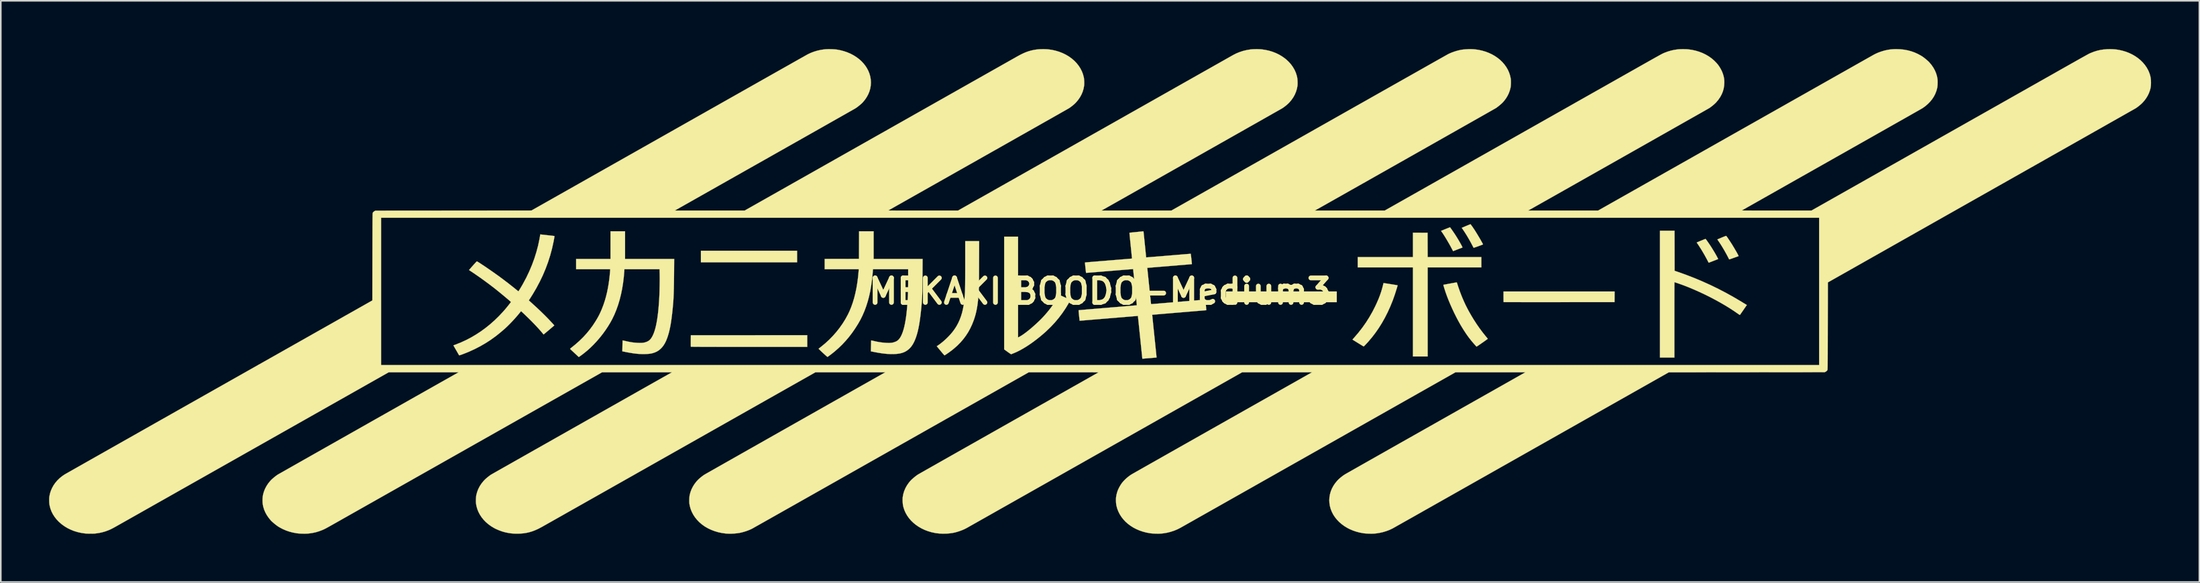
<source format=kicad_pcb>
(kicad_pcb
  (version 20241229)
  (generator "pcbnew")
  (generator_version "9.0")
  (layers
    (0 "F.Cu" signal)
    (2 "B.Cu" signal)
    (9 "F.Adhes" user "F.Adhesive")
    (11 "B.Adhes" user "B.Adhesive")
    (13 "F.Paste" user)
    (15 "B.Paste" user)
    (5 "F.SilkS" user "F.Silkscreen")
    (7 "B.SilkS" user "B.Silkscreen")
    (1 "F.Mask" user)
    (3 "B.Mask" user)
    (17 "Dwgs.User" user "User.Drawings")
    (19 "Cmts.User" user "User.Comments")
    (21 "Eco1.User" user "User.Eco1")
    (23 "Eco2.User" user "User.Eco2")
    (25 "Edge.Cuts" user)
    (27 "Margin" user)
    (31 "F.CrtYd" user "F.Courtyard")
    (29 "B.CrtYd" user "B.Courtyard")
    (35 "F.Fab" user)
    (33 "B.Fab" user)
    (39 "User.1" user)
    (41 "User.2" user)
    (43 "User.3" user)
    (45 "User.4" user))
  (footprint "MEKAKIIBOODO-Medium3"
    (layer "F.Cu")
    (at 65.277 15.063)
    (property "Reference" "MEKAKIIBOODO-Medium3" (at 0 0 0) (layer "F.SilkS") (effects (font (size 1.524 1.524) (thickness 0.3))))
    (attr through_hole)
    (fp_poly (pts (xy -18.816 -1.806) (xy -24.79 -1.806) (xy -24.79 -2.524) (xy -18.816 -2.524) (xy -18.816 -1.806)) (stroke (width 0.01) (type solid)) (fill yes) (layer "F.SilkS"))
    (fp_poly (pts (xy 14.704 0.675) (xy 7.815 0.675) (xy 7.815 0.009) (xy 14.704 0.009) (xy 14.704 0.675)) (stroke (width 0.01) (type solid)) (fill yes) (layer "F.SilkS"))
    (fp_poly (pts (xy 19.891 -3.644) (xy 20.346 -3.642) (xy 20.349 -2.886) (xy 20.352 -2.13) (xy 23.686 -2.13) (xy 23.686 -1.49) (xy 20.352 -1.49) (xy 20.352 4.049) (xy 19.437 4.049) (xy 19.437 -1.49) (xy 16.008 -1.49) (xy 16.008 -2.13) (xy 19.437 -2.13) (xy 19.437 -3.646) (xy 19.891 -3.644)) (stroke (width 0.01) (type solid)) (fill yes) (layer "F.SilkS"))
    (fp_poly (pts (xy 31.958 0.67) (xy 28.518 0.673) (xy 28.25 0.673) (xy 27.988 0.673) (xy 27.731 0.673) (xy 27.482 0.673) (xy 27.241 0.673) (xy 27.008 0.673) (xy 26.784 0.673) (xy 26.571 0.673) (xy 26.368 0.673) (xy 26.178 0.673) (xy 25.999 0.672) (xy 25.834 0.672) (xy 25.683 0.672) (xy 25.546 0.672) (xy 25.425 0.671) (xy 25.321 0.671) (xy 25.233 0.671) (xy 25.164 0.67) (xy 25.113 0.67) (xy 25.082 0.67) (xy 25.07 0.669) (xy 25.07 0.669) (xy 25.069 0.659) (xy 25.067 0.634) (xy 25.066 0.595) (xy 25.065 0.544) (xy 25.064 0.484) (xy 25.064 0.416) (xy 25.063 0.342) (xy 25.063 0.336) (xy 25.063 0.009) (xy 31.963 0.009) (xy 31.958 0.67)) (stroke (width 0.01) (type solid)) (fill yes) (layer "F.SilkS"))
    (fp_poly (pts (xy -18.185 3.453) (xy -21.798 3.453) (xy -22.137 3.453) (xy -22.455 3.453) (xy -22.753 3.453) (xy -23.032 3.453) (xy -23.292 3.453) (xy -23.534 3.453) (xy -23.758 3.453) (xy -23.966 3.452) (xy -24.156 3.452) (xy -24.331 3.452) (xy -24.49 3.452) (xy -24.635 3.451) (xy -24.765 3.451) (xy -24.881 3.45) (xy -24.984 3.45) (xy -25.075 3.449) (xy -25.153 3.449) (xy -25.221 3.448) (xy -25.277 3.447) (xy -25.323 3.447) (xy -25.359 3.446) (xy -25.385 3.445) (xy -25.404 3.444) (xy -25.414 3.443) (xy -25.416 3.442) (xy -25.417 3.431) (xy -25.418 3.405) (xy -25.419 3.365) (xy -25.419 3.313) (xy -25.419 3.251) (xy -25.419 3.182) (xy -25.419 3.106) (xy -25.419 3.081) (xy -25.416 2.73) (xy -21.8 2.728) (xy -18.185 2.726) (xy -18.185 3.453)) (stroke (width 0.01) (type solid)) (fill yes) (layer "F.SilkS"))
    (fp_poly (pts (xy 21.745 -3.978) (xy 21.753 -3.968) (xy 21.77 -3.945) (xy 21.794 -3.911) (xy 21.824 -3.87) (xy 21.857 -3.822) (xy 21.893 -3.771) (xy 21.929 -3.719) (xy 21.964 -3.668) (xy 21.996 -3.621) (xy 22.023 -3.58) (xy 22.029 -3.572) (xy 22.075 -3.501) (xy 22.123 -3.426) (xy 22.171 -3.348) (xy 22.22 -3.268) (xy 22.268 -3.188) (xy 22.314 -3.11) (xy 22.357 -3.034) (xy 22.397 -2.964) (xy 22.432 -2.899) (xy 22.463 -2.843) (xy 22.486 -2.796) (xy 22.503 -2.76) (xy 22.512 -2.736) (xy 22.512 -2.727) (xy 22.499 -2.72) (xy 22.471 -2.708) (xy 22.433 -2.693) (xy 22.397 -2.679) (xy 22.352 -2.662) (xy 22.293 -2.64) (xy 22.227 -2.614) (xy 22.158 -2.588) (xy 22.112 -2.57) (xy 21.932 -2.5) (xy 21.829 -2.694) (xy 21.756 -2.83) (xy 21.677 -2.97) (xy 21.596 -3.11) (xy 21.514 -3.248) (xy 21.433 -3.382) (xy 21.354 -3.507) (xy 21.28 -3.62) (xy 21.234 -3.686) (xy 21.183 -3.76) (xy 21.422 -3.857) (xy 21.511 -3.893) (xy 21.582 -3.922) (xy 21.639 -3.944) (xy 21.681 -3.96) (xy 21.711 -3.971) (xy 21.731 -3.977) (xy 21.741 -3.979) (xy 21.745 -3.978)) (stroke (width 0.01) (type solid)) (fill yes) (layer "F.SilkS"))
    (fp_poly (pts (xy 23.019 -4.164) (xy 23.038 -4.143) (xy 23.064 -4.108) (xy 23.098 -4.062) (xy 23.138 -4.006) (xy 23.182 -3.941) (xy 23.231 -3.868) (xy 23.277 -3.799) (xy 23.315 -3.739) (xy 23.357 -3.672) (xy 23.401 -3.6) (xy 23.448 -3.524) (xy 23.494 -3.446) (xy 23.541 -3.368) (xy 23.586 -3.291) (xy 23.629 -3.217) (xy 23.669 -3.147) (xy 23.704 -3.084) (xy 23.735 -3.029) (xy 23.76 -2.982) (xy 23.777 -2.947) (xy 23.787 -2.925) (xy 23.789 -2.918) (xy 23.779 -2.912) (xy 23.752 -2.901) (xy 23.712 -2.886) (xy 23.662 -2.866) (xy 23.604 -2.845) (xy 23.541 -2.822) (xy 23.477 -2.798) (xy 23.414 -2.775) (xy 23.355 -2.755) (xy 23.304 -2.737) (xy 23.262 -2.723) (xy 23.234 -2.714) (xy 23.226 -2.712) (xy 23.205 -2.712) (xy 23.195 -2.723) (xy 23.189 -2.735) (xy 23.176 -2.761) (xy 23.157 -2.798) (xy 23.134 -2.843) (xy 23.107 -2.894) (xy 23.1 -2.908) (xy 23.019 -3.059) (xy 22.934 -3.212) (xy 22.845 -3.365) (xy 22.756 -3.513) (xy 22.668 -3.653) (xy 22.583 -3.782) (xy 22.562 -3.813) (xy 22.469 -3.948) (xy 22.733 -4.06) (xy 22.802 -4.089) (xy 22.865 -4.115) (xy 22.919 -4.137) (xy 22.963 -4.155) (xy 22.994 -4.166) (xy 23.008 -4.171) (xy 23.009 -4.172) (xy 23.019 -4.164)) (stroke (width 0.01) (type solid)) (fill yes) (layer "F.SilkS"))
    (fp_poly (pts (xy 37.609 -3.256) (xy 37.619 -3.25) (xy 37.633 -3.236) (xy 37.653 -3.213) (xy 37.679 -3.178) (xy 37.713 -3.131) (xy 37.725 -3.114) (xy 37.862 -2.916) (xy 37.992 -2.716) (xy 38.117 -2.513) (xy 38.161 -2.44) (xy 38.204 -2.367) (xy 38.244 -2.296) (xy 38.282 -2.229) (xy 38.315 -2.168) (xy 38.344 -2.114) (xy 38.367 -2.069) (xy 38.383 -2.035) (xy 38.392 -2.014) (xy 38.392 -2.007) (xy 38.381 -2.002) (xy 38.355 -1.991) (xy 38.314 -1.975) (xy 38.264 -1.955) (xy 38.205 -1.933) (xy 38.142 -1.908) (xy 38.078 -1.883) (xy 38.014 -1.858) (xy 37.954 -1.835) (xy 37.901 -1.815) (xy 37.858 -1.798) (xy 37.827 -1.787) (xy 37.813 -1.782) (xy 37.802 -1.783) (xy 37.8 -1.786) (xy 37.796 -1.798) (xy 37.784 -1.823) (xy 37.765 -1.861) (xy 37.74 -1.908) (xy 37.71 -1.964) (xy 37.677 -2.026) (xy 37.641 -2.092) (xy 37.603 -2.161) (xy 37.565 -2.23) (xy 37.527 -2.298) (xy 37.52 -2.309) (xy 37.469 -2.397) (xy 37.413 -2.492) (xy 37.353 -2.591) (xy 37.292 -2.688) (xy 37.232 -2.782) (xy 37.177 -2.867) (xy 37.127 -2.941) (xy 37.123 -2.947) (xy 37.099 -2.981) (xy 37.08 -3.01) (xy 37.068 -3.029) (xy 37.064 -3.037) (xy 37.073 -3.041) (xy 37.098 -3.053) (xy 37.136 -3.069) (xy 37.185 -3.089) (xy 37.241 -3.113) (xy 37.301 -3.137) (xy 37.363 -3.163) (xy 37.423 -3.187) (xy 37.479 -3.21) (xy 37.528 -3.229) (xy 37.567 -3.244) (xy 37.592 -3.254) (xy 37.6 -3.256) (xy 37.609 -3.256)) (stroke (width 0.01) (type solid)) (fill yes) (layer "F.SilkS"))
    (fp_poly (pts (xy 38.897 -3.445) (xy 38.9 -3.443) (xy 38.911 -3.43) (xy 38.931 -3.404) (xy 38.958 -3.366) (xy 38.991 -3.319) (xy 39.028 -3.264) (xy 39.068 -3.205) (xy 39.11 -3.142) (xy 39.152 -3.079) (xy 39.192 -3.016) (xy 39.211 -2.987) (xy 39.255 -2.918) (xy 39.3 -2.844) (xy 39.347 -2.767) (xy 39.394 -2.689) (xy 39.439 -2.611) (xy 39.483 -2.536) (xy 39.525 -2.463) (xy 39.563 -2.396) (xy 39.596 -2.336) (xy 39.624 -2.284) (xy 39.645 -2.242) (xy 39.659 -2.211) (xy 39.665 -2.194) (xy 39.665 -2.191) (xy 39.653 -2.186) (xy 39.625 -2.175) (xy 39.583 -2.16) (xy 39.532 -2.141) (xy 39.472 -2.12) (xy 39.457 -2.114) (xy 39.39 -2.091) (xy 39.323 -2.067) (xy 39.261 -2.045) (xy 39.209 -2.026) (xy 39.171 -2.013) (xy 39.17 -2.013) (xy 39.132 -2) (xy 39.101 -1.991) (xy 39.083 -1.987) (xy 39.08 -1.988) (xy 39.074 -1.998) (xy 39.062 -2.021) (xy 39.045 -2.054) (xy 39.025 -2.094) (xy 39.016 -2.111) (xy 38.944 -2.249) (xy 38.865 -2.393) (xy 38.783 -2.539) (xy 38.698 -2.683) (xy 38.614 -2.822) (xy 38.532 -2.952) (xy 38.454 -3.07) (xy 38.441 -3.088) (xy 38.411 -3.133) (xy 38.385 -3.171) (xy 38.365 -3.202) (xy 38.353 -3.222) (xy 38.349 -3.23) (xy 38.359 -3.234) (xy 38.385 -3.245) (xy 38.426 -3.262) (xy 38.478 -3.284) (xy 38.539 -3.31) (xy 38.606 -3.338) (xy 38.619 -3.344) (xy 38.699 -3.377) (xy 38.762 -3.402) (xy 38.811 -3.421) (xy 38.846 -3.435) (xy 38.871 -3.442) (xy 38.887 -3.445) (xy 38.897 -3.445)) (stroke (width 0.01) (type solid)) (fill yes) (layer "F.SilkS"))
    (fp_poly (pts (xy 35.689 -2.524) (xy 35.691 -1.279) (xy 35.902 -1.206) (xy 36.421 -1.02) (xy 36.93 -0.822) (xy 37.429 -0.612) (xy 37.92 -0.39) (xy 38.406 -0.153) (xy 38.888 0.098) (xy 39.367 0.365) (xy 39.846 0.648) (xy 39.979 0.73) (xy 40.176 0.851) (xy 40.059 1.019) (xy 40.017 1.08) (xy 39.972 1.146) (xy 39.926 1.213) (xy 39.883 1.274) (xy 39.849 1.323) (xy 39.818 1.368) (xy 39.79 1.407) (xy 39.768 1.438) (xy 39.752 1.459) (xy 39.746 1.467) (xy 39.735 1.464) (xy 39.712 1.452) (xy 39.68 1.431) (xy 39.641 1.405) (xy 39.629 1.396) (xy 39.377 1.222) (xy 39.107 1.046) (xy 38.821 0.871) (xy 38.522 0.697) (xy 38.213 0.527) (xy 37.895 0.36) (xy 37.572 0.199) (xy 37.245 0.045) (xy 36.918 -0.101) (xy 36.594 -0.238) (xy 36.273 -0.364) (xy 36.186 -0.396) (xy 36.129 -0.417) (xy 36.067 -0.439) (xy 36 -0.463) (xy 35.933 -0.486) (xy 35.868 -0.509) (xy 35.808 -0.529) (xy 35.757 -0.546) (xy 35.716 -0.56) (xy 35.69 -0.568) (xy 35.681 -0.57) (xy 35.68 -0.561) (xy 35.68 -0.536) (xy 35.68 -0.494) (xy 35.679 -0.437) (xy 35.679 -0.366) (xy 35.678 -0.28) (xy 35.678 -0.181) (xy 35.678 -0.07) (xy 35.677 0.053) (xy 35.677 0.187) (xy 35.677 0.332) (xy 35.677 0.486) (xy 35.676 0.649) (xy 35.676 0.82) (xy 35.676 0.999) (xy 35.676 1.184) (xy 35.676 1.376) (xy 35.676 1.573) (xy 35.676 1.774) (xy 35.676 4.119) (xy 34.782 4.119) (xy 34.782 -3.769) (xy 35.686 -3.769) (xy 35.689 -2.524)) (stroke (width 0.01) (type solid)) (fill yes) (layer "F.SilkS"))
    (fp_poly (pts (xy 17.622 -0.514) (xy 17.65 -0.51) (xy 17.694 -0.503) (xy 17.751 -0.495) (xy 17.818 -0.484) (xy 17.893 -0.473) (xy 17.973 -0.46) (xy 18.055 -0.447) (xy 18.137 -0.434) (xy 18.216 -0.421) (xy 18.289 -0.409) (xy 18.355 -0.399) (xy 18.409 -0.389) (xy 18.451 -0.382) (xy 18.477 -0.378) (xy 18.484 -0.376) (xy 18.483 -0.367) (xy 18.478 -0.343) (xy 18.469 -0.307) (xy 18.456 -0.262) (xy 18.442 -0.211) (xy 18.437 -0.197) (xy 18.314 0.194) (xy 18.179 0.574) (xy 18.03 0.941) (xy 17.869 1.295) (xy 17.697 1.636) (xy 17.512 1.965) (xy 17.315 2.28) (xy 17.106 2.581) (xy 16.886 2.867) (xy 16.655 3.14) (xy 16.484 3.324) (xy 16.449 3.36) (xy 16.419 3.39) (xy 16.395 3.413) (xy 16.381 3.425) (xy 16.378 3.427) (xy 16.368 3.422) (xy 16.343 3.407) (xy 16.305 3.385) (xy 16.256 3.355) (xy 16.197 3.319) (xy 16.13 3.278) (xy 16.057 3.233) (xy 16.029 3.216) (xy 15.955 3.17) (xy 15.886 3.127) (xy 15.824 3.089) (xy 15.771 3.057) (xy 15.729 3.03) (xy 15.7 3.012) (xy 15.685 3.003) (xy 15.683 3.002) (xy 15.688 2.994) (xy 15.703 2.975) (xy 15.727 2.946) (xy 15.758 2.91) (xy 15.785 2.88) (xy 16.046 2.576) (xy 16.29 2.263) (xy 16.518 1.941) (xy 16.729 1.607) (xy 16.925 1.263) (xy 17.091 0.937) (xy 17.204 0.694) (xy 17.304 0.462) (xy 17.391 0.237) (xy 17.466 0.017) (xy 17.53 -0.2) (xy 17.57 -0.356) (xy 17.583 -0.406) (xy 17.593 -0.45) (xy 17.602 -0.484) (xy 17.608 -0.507) (xy 17.611 -0.515) (xy 17.622 -0.514)) (stroke (width 0.01) (type solid)) (fill yes) (layer "F.SilkS"))
    (fp_poly (pts (xy -5.091 2.866) (xy -5.035 2.839) (xy -4.946 2.791) (xy -4.846 2.729) (xy -4.736 2.654) (xy -4.616 2.566) (xy -4.487 2.466) (xy -4.35 2.354) (xy -4.206 2.232) (xy -4.055 2.098) (xy -4.003 2.051) (xy -3.899 1.955) (xy -3.806 1.868) (xy -3.722 1.786) (xy -3.642 1.706) (xy -3.564 1.625) (xy -3.484 1.539) (xy -3.452 1.503) (xy -3.276 1.3) (xy -3.108 1.09) (xy -2.949 0.874) (xy -2.802 0.657) (xy -2.67 0.443) (xy -2.614 0.344) (xy -2.541 0.211) (xy -2.493 0.233) (xy -2.472 0.243) (xy -2.435 0.26) (xy -2.386 0.283) (xy -2.325 0.31) (xy -2.257 0.342) (xy -2.184 0.375) (xy -2.147 0.392) (xy -2.075 0.426) (xy -2.008 0.457) (xy -1.95 0.484) (xy -1.903 0.507) (xy -1.868 0.525) (xy -1.848 0.536) (xy -1.844 0.539) (xy -1.847 0.55) (xy -1.858 0.574) (xy -1.876 0.608) (xy -1.899 0.652) (xy -1.926 0.702) (xy -1.939 0.726) (xy -2.13 1.044) (xy -2.338 1.352) (xy -2.563 1.649) (xy -2.804 1.936) (xy -3.063 2.213) (xy -3.339 2.479) (xy -3.497 2.621) (xy -3.718 2.808) (xy -3.94 2.985) (xy -4.161 3.151) (xy -4.38 3.305) (xy -4.595 3.446) (xy -4.806 3.573) (xy -5.01 3.685) (xy -5.138 3.749) (xy -5.178 3.768) (xy -5.227 3.789) (xy -5.281 3.813) (xy -5.337 3.836) (xy -5.391 3.859) (xy -5.441 3.879) (xy -5.481 3.895) (xy -5.51 3.905) (xy -5.524 3.909) (xy -5.535 3.903) (xy -5.56 3.887) (xy -5.597 3.863) (xy -5.642 3.832) (xy -5.694 3.796) (xy -5.745 3.759) (xy -5.953 3.61) (xy -5.953 -3.401) (xy -5.091 -3.401) (xy -5.091 2.866)) (stroke (width 0.01) (type solid)) (fill yes) (layer "F.SilkS"))
    (fp_poly (pts (xy 22.161 -0.554) (xy 22.166 -0.544) (xy 22.175 -0.52) (xy 22.187 -0.484) (xy 22.201 -0.441) (xy 22.212 -0.404) (xy 22.279 -0.2) (xy 22.354 0.012) (xy 22.436 0.227) (xy 22.523 0.441) (xy 22.614 0.648) (xy 22.705 0.845) (xy 22.745 0.925) (xy 22.89 1.205) (xy 23.048 1.484) (xy 23.215 1.76) (xy 23.39 2.031) (xy 23.572 2.293) (xy 23.759 2.544) (xy 23.948 2.781) (xy 24.012 2.858) (xy 24.04 2.892) (xy 24.064 2.921) (xy 24.079 2.942) (xy 24.085 2.952) (xy 24.085 2.952) (xy 24.078 2.959) (xy 24.056 2.975) (xy 24.021 3) (xy 23.977 3.032) (xy 23.925 3.069) (xy 23.866 3.111) (xy 23.804 3.155) (xy 23.739 3.2) (xy 23.675 3.245) (xy 23.613 3.288) (xy 23.555 3.328) (xy 23.503 3.363) (xy 23.459 3.393) (xy 23.425 3.415) (xy 23.404 3.429) (xy 23.397 3.432) (xy 23.382 3.429) (xy 23.369 3.42) (xy 23.358 3.407) (xy 23.337 3.383) (xy 23.308 3.351) (xy 23.273 3.313) (xy 23.248 3.286) (xy 23.075 3.084) (xy 22.903 2.866) (xy 22.735 2.63) (xy 22.569 2.376) (xy 22.405 2.106) (xy 22.244 1.818) (xy 22.134 1.608) (xy 21.998 1.336) (xy 21.871 1.065) (xy 21.752 0.797) (xy 21.643 0.535) (xy 21.545 0.281) (xy 21.458 0.036) (xy 21.383 -0.198) (xy 21.378 -0.215) (xy 21.363 -0.266) (xy 21.349 -0.312) (xy 21.339 -0.35) (xy 21.331 -0.377) (xy 21.328 -0.389) (xy 21.329 -0.4) (xy 21.34 -0.407) (xy 21.366 -0.414) (xy 21.388 -0.417) (xy 21.413 -0.422) (xy 21.456 -0.43) (xy 21.513 -0.441) (xy 21.583 -0.454) (xy 21.661 -0.468) (xy 21.745 -0.484) (xy 21.802 -0.495) (xy 21.885 -0.51) (xy 21.962 -0.524) (xy 22.029 -0.536) (xy 22.085 -0.545) (xy 22.127 -0.551) (xy 22.153 -0.555) (xy 22.161 -0.554)) (stroke (width 0.01) (type solid)) (fill yes) (layer "F.SilkS"))
    (fp_poly (pts (xy -7.513 -1.663) (xy -7.513 -1.47) (xy -7.514 -1.294) (xy -7.514 -1.133) (xy -7.515 -0.986) (xy -7.516 -0.853) (xy -7.516 -0.733) (xy -7.517 -0.623) (xy -7.518 -0.524) (xy -7.52 -0.434) (xy -7.521 -0.353) (xy -7.522 -0.278) (xy -7.524 -0.21) (xy -7.526 -0.147) (xy -7.529 -0.088) (xy -7.531 -0.032) (xy -7.534 0.022) (xy -7.537 0.076) (xy -7.541 0.129) (xy -7.545 0.183) (xy -7.549 0.239) (xy -7.554 0.298) (xy -7.557 0.337) (xy -7.577 0.549) (xy -7.599 0.745) (xy -7.625 0.928) (xy -7.655 1.1) (xy -7.689 1.265) (xy -7.727 1.423) (xy -7.771 1.578) (xy -7.82 1.731) (xy -7.841 1.792) (xy -7.943 2.053) (xy -8.058 2.3) (xy -8.187 2.535) (xy -8.332 2.759) (xy -8.492 2.973) (xy -8.668 3.176) (xy -8.86 3.371) (xy -9.07 3.557) (xy -9.136 3.611) (xy -9.188 3.652) (xy -9.246 3.697) (xy -9.308 3.742) (xy -9.37 3.788) (xy -9.432 3.832) (xy -9.491 3.873) (xy -9.545 3.91) (xy -9.591 3.94) (xy -9.628 3.963) (xy -9.653 3.976) (xy -9.662 3.979) (xy -9.67 3.972) (xy -9.689 3.952) (xy -9.716 3.921) (xy -9.752 3.88) (xy -9.794 3.831) (xy -9.841 3.775) (xy -9.892 3.714) (xy -9.906 3.697) (xy -10.141 3.414) (xy -10.101 3.388) (xy -9.923 3.262) (xy -9.746 3.12) (xy -9.571 2.964) (xy -9.4 2.794) (xy -9.308 2.695) (xy -9.162 2.524) (xy -9.031 2.347) (xy -8.913 2.162) (xy -8.808 1.968) (xy -8.716 1.765) (xy -8.636 1.551) (xy -8.567 1.325) (xy -8.511 1.087) (xy -8.465 0.836) (xy -8.431 0.571) (xy -8.43 0.57) (xy -8.423 0.503) (xy -8.417 0.438) (xy -8.411 0.375) (xy -8.406 0.311) (xy -8.401 0.247) (xy -8.396 0.181) (xy -8.392 0.112) (xy -8.389 0.039) (xy -8.386 -0.038) (xy -8.383 -0.121) (xy -8.381 -0.211) (xy -8.379 -0.308) (xy -8.377 -0.414) (xy -8.376 -0.529) (xy -8.375 -0.656) (xy -8.374 -0.794) (xy -8.373 -0.944) (xy -8.373 -1.108) (xy -8.372 -1.286) (xy -8.372 -1.48) (xy -8.372 -1.691) (xy -8.372 -1.707) (xy -8.372 -3.12) (xy -7.508 -3.12) (xy -7.513 -1.663)) (stroke (width 0.01) (type solid)) (fill yes) (layer "F.SilkS"))
    (fp_poly (pts (xy -14.062 -2.016) (xy -11.02 -2.016) (xy -11.026 -0.997) (xy -11.027 -0.809) (xy -11.028 -0.637) (xy -11.03 -0.479) (xy -11.031 -0.335) (xy -11.033 -0.203) (xy -11.035 -0.081) (xy -11.038 0.031) (xy -11.041 0.136) (xy -11.045 0.235) (xy -11.049 0.328) (xy -11.053 0.419) (xy -11.058 0.507) (xy -11.064 0.594) (xy -11.071 0.683) (xy -11.079 0.773) (xy -11.087 0.867) (xy -11.096 0.966) (xy -11.106 1.072) (xy -11.107 1.078) (xy -11.131 1.309) (xy -11.156 1.524) (xy -11.182 1.724) (xy -11.209 1.91) (xy -11.237 2.082) (xy -11.268 2.244) (xy -11.3 2.394) (xy -11.334 2.536) (xy -11.371 2.669) (xy -11.41 2.795) (xy -11.452 2.915) (xy -11.47 2.962) (xy -11.531 3.108) (xy -11.597 3.238) (xy -11.667 3.354) (xy -11.742 3.456) (xy -11.825 3.547) (xy -11.901 3.615) (xy -11.997 3.688) (xy -12.1 3.749) (xy -12.209 3.798) (xy -12.328 3.837) (xy -12.458 3.867) (xy -12.601 3.886) (xy -12.76 3.897) (xy -12.906 3.9) (xy -13.036 3.898) (xy -13.165 3.893) (xy -13.297 3.883) (xy -13.434 3.868) (xy -13.579 3.849) (xy -13.734 3.825) (xy -13.903 3.795) (xy -14.088 3.759) (xy -14.155 3.746) (xy -14.233 3.73) (xy -14.225 3.392) (xy -14.223 3.317) (xy -14.222 3.247) (xy -14.22 3.185) (xy -14.218 3.133) (xy -14.216 3.092) (xy -14.215 3.064) (xy -14.214 3.051) (xy -14.214 3.051) (xy -14.202 3.052) (xy -14.176 3.057) (xy -14.137 3.066) (xy -14.102 3.075) (xy -13.879 3.126) (xy -13.663 3.164) (xy -13.455 3.191) (xy -13.258 3.205) (xy -13.081 3.206) (xy -13.018 3.204) (xy -12.97 3.201) (xy -12.931 3.197) (xy -12.894 3.19) (xy -12.855 3.18) (xy -12.831 3.174) (xy -12.738 3.144) (xy -12.662 3.112) (xy -12.598 3.075) (xy -12.544 3.033) (xy -12.478 2.964) (xy -12.416 2.879) (xy -12.358 2.779) (xy -12.304 2.662) (xy -12.253 2.528) (xy -12.205 2.379) (xy -12.161 2.213) (xy -12.121 2.03) (xy -12.084 1.83) (xy -12.05 1.614) (xy -12.02 1.381) (xy -11.994 1.131) (xy -11.97 0.863) (xy -11.954 0.627) (xy -11.946 0.51) (xy -11.94 0.396) (xy -11.934 0.282) (xy -11.93 0.168) (xy -11.926 0.051) (xy -11.922 -0.07) (xy -11.92 -0.197) (xy -11.918 -0.333) (xy -11.916 -0.478) (xy -11.916 -0.634) (xy -11.915 -0.803) (xy -11.915 -0.988) (xy -11.916 -1.093) (xy -11.916 -1.376) (xy -14.102 -1.376) (xy -14.109 -1.291) (xy -14.119 -1.168) (xy -14.129 -1.052) (xy -14.139 -0.946) (xy -14.148 -0.85) (xy -14.156 -0.769) (xy -14.163 -0.714) (xy -14.212 -0.358) (xy -14.272 -0.016) (xy -14.344 0.312) (xy -14.428 0.626) (xy -14.523 0.927) (xy -14.63 1.216) (xy -14.749 1.493) (xy -14.88 1.759) (xy -15.021 2.01) (xy -15.203 2.299) (xy -15.392 2.573) (xy -15.59 2.832) (xy -15.798 3.077) (xy -16.015 3.31) (xy -16.244 3.531) (xy -16.484 3.74) (xy -16.53 3.778) (xy -16.586 3.824) (xy -16.646 3.87) (xy -16.706 3.917) (xy -16.763 3.961) (xy -16.816 4) (xy -16.863 4.034) (xy -16.899 4.059) (xy -16.924 4.075) (xy -16.928 4.078) (xy -16.937 4.072) (xy -16.959 4.056) (xy -16.991 4.028) (xy -17.033 3.992) (xy -17.082 3.948) (xy -17.137 3.898) (xy -17.197 3.843) (xy -17.21 3.83) (xy -17.271 3.774) (xy -17.326 3.721) (xy -17.375 3.675) (xy -17.416 3.635) (xy -17.448 3.603) (xy -17.47 3.581) (xy -17.479 3.571) (xy -17.479 3.57) (xy -17.471 3.562) (xy -17.449 3.544) (xy -17.417 3.518) (xy -17.377 3.485) (xy -17.33 3.448) (xy -17.313 3.435) (xy -17.06 3.226) (xy -16.819 3.004) (xy -16.59 2.768) (xy -16.374 2.522) (xy -16.173 2.266) (xy -15.988 2.003) (xy -15.819 1.733) (xy -15.669 1.458) (xy -15.562 1.235) (xy -15.455 0.976) (xy -15.358 0.701) (xy -15.271 0.413) (xy -15.195 0.109) (xy -15.129 -0.208) (xy -15.074 -0.54) (xy -15.029 -0.885) (xy -14.995 -1.244) (xy -14.992 -1.282) (xy -14.985 -1.376) (xy -17.102 -1.376) (xy -17.102 -2.016) (xy -14.972 -2.02) (xy -14.966 -3.734) (xy -14.062 -3.734) (xy -14.062 -2.016)) (stroke (width 0.01) (type solid)) (fill yes) (layer "F.SilkS"))
    (fp_poly (pts (xy -29.502 -2.016) (xy -26.451 -2.016) (xy -26.457 -1.242) (xy -26.459 -1.033) (xy -26.461 -0.84) (xy -26.463 -0.662) (xy -26.465 -0.497) (xy -26.468 -0.345) (xy -26.47 -0.205) (xy -26.474 -0.074) (xy -26.477 0.048) (xy -26.481 0.163) (xy -26.486 0.272) (xy -26.491 0.376) (xy -26.496 0.476) (xy -26.502 0.574) (xy -26.509 0.671) (xy -26.517 0.769) (xy -26.526 0.868) (xy -26.535 0.969) (xy -26.542 1.043) (xy -26.566 1.279) (xy -26.591 1.498) (xy -26.617 1.703) (xy -26.644 1.893) (xy -26.673 2.07) (xy -26.704 2.236) (xy -26.737 2.39) (xy -26.772 2.536) (xy -26.81 2.673) (xy -26.85 2.802) (xy -26.889 2.915) (xy -26.955 3.08) (xy -27.029 3.229) (xy -27.111 3.362) (xy -27.201 3.479) (xy -27.299 3.58) (xy -27.406 3.667) (xy -27.521 3.74) (xy -27.646 3.797) (xy -27.78 3.841) (xy -27.784 3.842) (xy -27.854 3.859) (xy -27.922 3.872) (xy -27.993 3.882) (xy -28.07 3.889) (xy -28.158 3.894) (xy -28.262 3.898) (xy -28.281 3.898) (xy -28.402 3.899) (xy -28.519 3.897) (xy -28.636 3.891) (xy -28.754 3.882) (xy -28.878 3.868) (xy -29.009 3.851) (xy -29.152 3.828) (xy -29.308 3.801) (xy -29.481 3.768) (xy -29.484 3.767) (xy -29.671 3.73) (xy -29.664 3.392) (xy -29.662 3.317) (xy -29.661 3.248) (xy -29.659 3.186) (xy -29.657 3.133) (xy -29.656 3.092) (xy -29.655 3.064) (xy -29.654 3.052) (xy -29.653 3.051) (xy -29.643 3.053) (xy -29.615 3.058) (xy -29.575 3.067) (xy -29.524 3.078) (xy -29.483 3.088) (xy -29.315 3.126) (xy -29.16 3.155) (xy -29.013 3.178) (xy -28.87 3.193) (xy -28.726 3.203) (xy -28.655 3.205) (xy -28.562 3.207) (xy -28.485 3.206) (xy -28.42 3.202) (xy -28.363 3.195) (xy -28.308 3.184) (xy -28.256 3.171) (xy -28.158 3.138) (xy -28.074 3.098) (xy -28.001 3.048) (xy -27.936 2.987) (xy -27.877 2.912) (xy -27.824 2.828) (xy -27.769 2.721) (xy -27.718 2.601) (xy -27.671 2.466) (xy -27.626 2.317) (xy -27.585 2.153) (xy -27.548 1.973) (xy -27.513 1.778) (xy -27.482 1.568) (xy -27.453 1.341) (xy -27.428 1.098) (xy -27.406 0.838) (xy -27.387 0.561) (xy -27.378 0.412) (xy -27.373 0.314) (xy -27.368 0.202) (xy -27.364 0.08) (xy -27.36 -0.051) (xy -27.357 -0.186) (xy -27.354 -0.324) (xy -27.352 -0.462) (xy -27.35 -0.596) (xy -27.349 -0.724) (xy -27.349 -0.843) (xy -27.35 -0.95) (xy -27.351 -1.041) (xy -27.359 -1.376) (xy -29.542 -1.376) (xy -29.549 -1.269) (xy -29.581 -0.885) (xy -29.626 -0.513) (xy -29.684 -0.154) (xy -29.755 0.192) (xy -29.839 0.526) (xy -29.935 0.846) (xy -30.044 1.153) (xy -30.165 1.447) (xy -30.299 1.726) (xy -30.415 1.939) (xy -30.561 2.18) (xy -30.72 2.419) (xy -30.889 2.652) (xy -31.069 2.879) (xy -31.256 3.097) (xy -31.45 3.305) (xy -31.649 3.501) (xy -31.851 3.684) (xy -32.049 3.845) (xy -32.094 3.88) (xy -32.142 3.917) (xy -32.192 3.954) (xy -32.241 3.99) (xy -32.285 4.022) (xy -32.324 4.05) (xy -32.353 4.07) (xy -32.371 4.082) (xy -32.375 4.084) (xy -32.383 4.077) (xy -32.403 4.059) (xy -32.433 4.031) (xy -32.474 3.994) (xy -32.522 3.949) (xy -32.576 3.899) (xy -32.635 3.844) (xy -32.641 3.838) (xy -32.701 3.782) (xy -32.756 3.731) (xy -32.806 3.684) (xy -32.848 3.645) (xy -32.881 3.613) (xy -32.903 3.592) (xy -32.913 3.582) (xy -32.914 3.582) (xy -32.912 3.571) (xy -32.897 3.553) (xy -32.865 3.526) (xy -32.856 3.519) (xy -32.587 3.301) (xy -32.338 3.08) (xy -32.107 2.854) (xy -31.893 2.62) (xy -31.695 2.379) (xy -31.51 2.128) (xy -31.338 1.865) (xy -31.254 1.727) (xy -31.18 1.597) (xy -31.115 1.474) (xy -31.055 1.352) (xy -30.998 1.226) (xy -30.94 1.09) (xy -30.927 1.056) (xy -30.838 0.822) (xy -30.759 0.583) (xy -30.688 0.336) (xy -30.625 0.08) (xy -30.57 -0.187) (xy -30.522 -0.466) (xy -30.481 -0.76) (xy -30.47 -0.855) (xy -30.464 -0.902) (xy -30.459 -0.959) (xy -30.453 -1.02) (xy -30.447 -1.084) (xy -30.441 -1.147) (xy -30.436 -1.206) (xy -30.432 -1.259) (xy -30.429 -1.301) (xy -30.428 -1.331) (xy -30.427 -1.339) (xy -30.427 -1.376) (xy -32.541 -1.376) (xy -32.541 -2.016) (xy -30.406 -2.016) (xy -30.406 -3.734) (xy -29.502 -3.734) (xy -29.502 -2.016)) (stroke (width 0.01) (type solid)) (fill yes) (layer "F.SilkS"))
    (fp_poly (pts (xy -34.741 -3.537) (xy -34.724 -3.535) (xy -34.69 -3.531) (xy -34.639 -3.525) (xy -34.575 -3.518) (xy -34.499 -3.51) (xy -34.415 -3.5) (xy -34.325 -3.49) (xy -34.303 -3.488) (xy -34.213 -3.478) (xy -34.129 -3.468) (xy -34.054 -3.46) (xy -33.991 -3.452) (xy -33.94 -3.446) (xy -33.906 -3.442) (xy -33.889 -3.439) (xy -33.888 -3.439) (xy -33.887 -3.428) (xy -33.889 -3.401) (xy -33.895 -3.36) (xy -33.904 -3.306) (xy -33.915 -3.24) (xy -33.929 -3.164) (xy -33.946 -3.078) (xy -33.952 -3.046) (xy -34.046 -2.625) (xy -34.159 -2.211) (xy -34.29 -1.803) (xy -34.44 -1.4) (xy -34.609 -1) (xy -34.799 -0.604) (xy -35.008 -0.209) (xy -35.238 0.183) (xy -35.383 0.414) (xy -35.478 0.561) (xy -35.448 0.59) (xy -35.432 0.605) (xy -35.405 0.63) (xy -35.368 0.664) (xy -35.324 0.704) (xy -35.275 0.748) (xy -35.244 0.777) (xy -34.978 1.019) (xy -34.728 1.256) (xy -34.49 1.489) (xy -34.262 1.721) (xy -34.042 1.956) (xy -34 2.001) (xy -33.965 2.039) (xy -33.936 2.073) (xy -33.914 2.099) (xy -33.902 2.116) (xy -33.9 2.12) (xy -33.908 2.128) (xy -33.929 2.147) (xy -33.961 2.175) (xy -34.002 2.211) (xy -34.051 2.252) (xy -34.105 2.298) (xy -34.163 2.348) (xy -34.223 2.399) (xy -34.284 2.45) (xy -34.343 2.499) (xy -34.398 2.546) (xy -34.449 2.588) (xy -34.492 2.624) (xy -34.527 2.652) (xy -34.552 2.672) (xy -34.564 2.681) (xy -34.564 2.681) (xy -34.572 2.673) (xy -34.587 2.653) (xy -34.608 2.627) (xy -34.614 2.621) (xy -34.683 2.536) (xy -34.765 2.441) (xy -34.858 2.336) (xy -34.96 2.225) (xy -35.07 2.107) (xy -35.186 1.986) (xy -35.306 1.863) (xy -35.429 1.74) (xy -35.469 1.7) (xy -35.528 1.643) (xy -35.589 1.584) (xy -35.65 1.525) (xy -35.71 1.467) (xy -35.767 1.413) (xy -35.819 1.363) (xy -35.866 1.32) (xy -35.905 1.284) (xy -35.934 1.257) (xy -35.953 1.24) (xy -35.96 1.236) (xy -35.968 1.243) (xy -35.985 1.262) (xy -36.009 1.29) (xy -36.038 1.325) (xy -36.049 1.339) (xy -36.185 1.504) (xy -36.333 1.674) (xy -36.489 1.845) (xy -36.649 2.012) (xy -36.808 2.17) (xy -36.927 2.283) (xy -36.978 2.329) (xy -37.041 2.384) (xy -37.113 2.445) (xy -37.19 2.511) (xy -37.27 2.577) (xy -37.349 2.642) (xy -37.424 2.702) (xy -37.491 2.756) (xy -37.543 2.795) (xy -37.849 3.016) (xy -38.166 3.221) (xy -38.494 3.411) (xy -38.831 3.586) (xy -39.178 3.745) (xy -39.183 3.748) (xy -39.246 3.774) (xy -39.316 3.803) (xy -39.39 3.832) (xy -39.466 3.862) (xy -39.541 3.891) (xy -39.61 3.917) (xy -39.672 3.94) (xy -39.724 3.958) (xy -39.762 3.97) (xy -39.781 3.975) (xy -39.794 3.977) (xy -39.805 3.974) (xy -39.816 3.964) (xy -39.83 3.943) (xy -39.85 3.909) (xy -39.85 3.908) (xy -39.868 3.875) (xy -39.893 3.831) (xy -39.923 3.78) (xy -39.954 3.726) (xy -39.977 3.686) (xy -40.009 3.631) (xy -40.042 3.574) (xy -40.073 3.52) (xy -40.1 3.474) (xy -40.114 3.448) (xy -40.164 3.36) (xy -40.026 3.308) (xy -39.697 3.177) (xy -39.376 3.029) (xy -39.062 2.865) (xy -38.755 2.684) (xy -38.456 2.488) (xy -38.165 2.275) (xy -37.882 2.047) (xy -37.607 1.803) (xy -37.34 1.543) (xy -37.082 1.268) (xy -36.98 1.153) (xy -36.943 1.109) (xy -36.901 1.059) (xy -36.856 1.005) (xy -36.811 0.949) (xy -36.766 0.893) (xy -36.723 0.838) (xy -36.683 0.788) (xy -36.648 0.743) (xy -36.621 0.706) (xy -36.601 0.679) (xy -36.592 0.664) (xy -36.591 0.661) (xy -36.598 0.653) (xy -36.619 0.633) (xy -36.652 0.603) (xy -36.696 0.565) (xy -36.749 0.519) (xy -36.811 0.467) (xy -36.879 0.41) (xy -36.952 0.348) (xy -37.028 0.284) (xy -37.107 0.219) (xy -37.187 0.153) (xy -37.267 0.087) (xy -37.344 0.024) (xy -37.418 -0.036) (xy -37.488 -0.092) (xy -37.551 -0.143) (xy -37.606 -0.187) (xy -37.637 -0.211) (xy -37.932 -0.436) (xy -38.22 -0.649) (xy -38.503 -0.853) (xy -38.787 -1.05) (xy -39.015 -1.205) (xy -39.066 -1.239) (xy -39.112 -1.269) (xy -39.15 -1.295) (xy -39.177 -1.313) (xy -39.19 -1.322) (xy -39.192 -1.323) (xy -39.187 -1.331) (xy -39.171 -1.351) (xy -39.146 -1.381) (xy -39.113 -1.419) (xy -39.074 -1.464) (xy -39.031 -1.514) (xy -38.984 -1.566) (xy -38.937 -1.62) (xy -38.89 -1.672) (xy -38.845 -1.721) (xy -38.804 -1.766) (xy -38.768 -1.805) (xy -38.74 -1.835) (xy -38.72 -1.854) (xy -38.711 -1.862) (xy -38.7 -1.86) (xy -38.676 -1.85) (xy -38.64 -1.829) (xy -38.589 -1.798) (xy -38.524 -1.757) (xy -38.52 -1.754) (xy -38.157 -1.513) (xy -37.794 -1.263) (xy -37.434 -1.008) (xy -37.082 -0.749) (xy -36.741 -0.489) (xy -36.416 -0.232) (xy -36.325 -0.159) (xy -36.272 -0.116) (xy -36.225 -0.077) (xy -36.184 -0.045) (xy -36.152 -0.021) (xy -36.131 -0.005) (xy -36.124 -0.001) (xy -36.116 -0.012) (xy -36.1 -0.037) (xy -36.077 -0.072) (xy -36.05 -0.116) (xy -36.019 -0.167) (xy -35.986 -0.221) (xy -35.953 -0.277) (xy -35.92 -0.333) (xy -35.89 -0.385) (xy -35.863 -0.431) (xy -35.849 -0.456) (xy -35.641 -0.844) (xy -35.454 -1.237) (xy -35.286 -1.634) (xy -35.138 -2.035) (xy -35.011 -2.439) (xy -34.903 -2.845) (xy -34.817 -3.253) (xy -34.786 -3.43) (xy -34.768 -3.542) (xy -34.741 -3.537)) (stroke (width 0.01) (type solid)) (fill yes) (layer "F.SilkS"))
    (fp_poly (pts (xy 2.699 -3.731) (xy 2.7 -3.722) (xy 2.703 -3.697) (xy 2.708 -3.657) (xy 2.713 -3.603) (xy 2.72 -3.537) (xy 2.728 -3.459) (xy 2.738 -3.371) (xy 2.748 -3.274) (xy 2.758 -3.169) (xy 2.77 -3.058) (xy 2.781 -2.942) (xy 2.784 -2.921) (xy 2.865 -2.112) (xy 2.903 -2.113) (xy 2.917 -2.113) (xy 2.952 -2.116) (xy 3.005 -2.12) (xy 3.075 -2.126) (xy 3.161 -2.133) (xy 3.261 -2.141) (xy 3.375 -2.15) (xy 3.5 -2.16) (xy 3.637 -2.171) (xy 3.782 -2.183) (xy 3.936 -2.196) (xy 4.096 -2.209) (xy 4.263 -2.223) (xy 4.286 -2.225) (xy 4.452 -2.239) (xy 4.612 -2.252) (xy 4.765 -2.265) (xy 4.91 -2.277) (xy 5.045 -2.288) (xy 5.17 -2.299) (xy 5.282 -2.308) (xy 5.381 -2.316) (xy 5.466 -2.323) (xy 5.535 -2.328) (xy 5.586 -2.333) (xy 5.62 -2.335) (xy 5.634 -2.336) (xy 5.634 -2.336) (xy 5.637 -2.327) (xy 5.64 -2.303) (xy 5.645 -2.266) (xy 5.651 -2.219) (xy 5.658 -2.163) (xy 5.665 -2.102) (xy 5.673 -2.038) (xy 5.68 -1.973) (xy 5.687 -1.91) (xy 5.693 -1.85) (xy 5.698 -1.797) (xy 5.703 -1.753) (xy 5.706 -1.719) (xy 5.707 -1.699) (xy 5.706 -1.694) (xy 5.703 -1.693) (xy 5.695 -1.691) (xy 5.681 -1.689) (xy 5.66 -1.687) (xy 5.632 -1.684) (xy 5.596 -1.681) (xy 5.55 -1.677) (xy 5.494 -1.672) (xy 5.427 -1.666) (xy 5.349 -1.659) (xy 5.257 -1.651) (xy 5.152 -1.643) (xy 5.033 -1.633) (xy 4.898 -1.622) (xy 4.748 -1.609) (xy 4.58 -1.595) (xy 4.394 -1.58) (xy 4.19 -1.563) (xy 3.966 -1.545) (xy 3.828 -1.534) (xy 3.694 -1.523) (xy 3.566 -1.512) (xy 3.445 -1.502) (xy 3.333 -1.493) (xy 3.232 -1.484) (xy 3.144 -1.477) (xy 3.069 -1.471) (xy 3.009 -1.466) (xy 2.967 -1.462) (xy 2.942 -1.46) (xy 2.937 -1.459) (xy 2.937 -1.45) (xy 2.94 -1.425) (xy 2.943 -1.386) (xy 2.949 -1.332) (xy 2.955 -1.266) (xy 2.963 -1.189) (xy 2.972 -1.102) (xy 2.982 -1.006) (xy 2.992 -0.903) (xy 3.004 -0.793) (xy 3.015 -0.679) (xy 3.028 -0.561) (xy 3.04 -0.441) (xy 3.053 -0.32) (xy 3.065 -0.198) (xy 3.078 -0.079) (xy 3.09 0.039) (xy 3.102 0.152) (xy 3.113 0.26) (xy 3.124 0.362) (xy 3.134 0.456) (xy 3.143 0.541) (xy 3.151 0.616) (xy 3.158 0.68) (xy 3.163 0.731) (xy 3.168 0.768) (xy 3.17 0.79) (xy 3.171 0.795) (xy 3.181 0.795) (xy 3.211 0.793) (xy 3.258 0.789) (xy 3.32 0.784) (xy 3.396 0.778) (xy 3.484 0.771) (xy 3.581 0.763) (xy 3.687 0.754) (xy 3.792 0.745) (xy 3.938 0.733) (xy 4.103 0.719) (xy 4.285 0.704) (xy 4.483 0.687) (xy 4.696 0.669) (xy 4.921 0.65) (xy 5.156 0.63) (xy 5.401 0.61) (xy 5.653 0.588) (xy 5.91 0.567) (xy 6.172 0.545) (xy 6.308 0.533) (xy 6.375 0.528) (xy 6.434 0.524) (xy 6.483 0.521) (xy 6.518 0.52) (xy 6.537 0.52) (xy 6.539 0.521) (xy 6.541 0.53) (xy 6.545 0.555) (xy 6.549 0.592) (xy 6.554 0.64) (xy 6.56 0.696) (xy 6.566 0.757) (xy 6.572 0.822) (xy 6.578 0.887) (xy 6.584 0.951) (xy 6.589 1.012) (xy 6.593 1.066) (xy 6.597 1.111) (xy 6.599 1.146) (xy 6.6 1.167) (xy 6.599 1.173) (xy 6.589 1.174) (xy 6.558 1.177) (xy 6.509 1.181) (xy 6.443 1.187) (xy 6.359 1.194) (xy 6.261 1.203) (xy 6.148 1.212) (xy 6.022 1.223) (xy 5.884 1.234) (xy 5.735 1.247) (xy 5.576 1.26) (xy 5.408 1.274) (xy 5.233 1.289) (xy 5.051 1.304) (xy 4.922 1.315) (xy 4.737 1.33) (xy 4.557 1.345) (xy 4.384 1.36) (xy 4.218 1.374) (xy 4.062 1.387) (xy 3.917 1.399) (xy 3.782 1.411) (xy 3.66 1.421) (xy 3.551 1.43) (xy 3.457 1.438) (xy 3.378 1.445) (xy 3.317 1.451) (xy 3.273 1.455) (xy 3.248 1.457) (xy 3.243 1.458) (xy 3.243 1.467) (xy 3.245 1.492) (xy 3.249 1.533) (xy 3.255 1.589) (xy 3.261 1.658) (xy 3.27 1.74) (xy 3.279 1.834) (xy 3.29 1.939) (xy 3.301 2.053) (xy 3.314 2.177) (xy 3.327 2.308) (xy 3.342 2.446) (xy 3.357 2.59) (xy 3.372 2.74) (xy 3.377 2.786) (xy 3.393 2.937) (xy 3.408 3.083) (xy 3.423 3.223) (xy 3.436 3.357) (xy 3.449 3.482) (xy 3.461 3.6) (xy 3.472 3.707) (xy 3.482 3.804) (xy 3.491 3.89) (xy 3.498 3.963) (xy 3.504 4.023) (xy 3.508 4.069) (xy 3.511 4.099) (xy 3.512 4.113) (xy 3.512 4.114) (xy 3.501 4.116) (xy 3.471 4.119) (xy 3.425 4.123) (xy 3.365 4.128) (xy 3.293 4.134) (xy 3.212 4.141) (xy 3.124 4.148) (xy 3.108 4.149) (xy 3.017 4.156) (xy 2.931 4.163) (xy 2.853 4.17) (xy 2.785 4.176) (xy 2.731 4.18) (xy 2.692 4.184) (xy 2.671 4.186) (xy 2.67 4.186) (xy 2.631 4.191) (xy 2.625 4.144) (xy 2.623 4.13) (xy 2.62 4.1) (xy 2.615 4.054) (xy 2.609 3.993) (xy 2.601 3.919) (xy 2.592 3.833) (xy 2.582 3.736) (xy 2.571 3.628) (xy 2.559 3.51) (xy 2.546 3.385) (xy 2.532 3.252) (xy 2.518 3.112) (xy 2.503 2.967) (xy 2.488 2.818) (xy 2.487 2.814) (xy 2.472 2.666) (xy 2.457 2.522) (xy 2.443 2.385) (xy 2.429 2.254) (xy 2.417 2.131) (xy 2.405 2.016) (xy 2.394 1.911) (xy 2.384 1.817) (xy 2.375 1.734) (xy 2.368 1.664) (xy 2.362 1.608) (xy 2.358 1.566) (xy 2.355 1.539) (xy 2.353 1.529) (xy 2.353 1.529) (xy 2.343 1.529) (xy 2.312 1.532) (xy 2.263 1.536) (xy 2.196 1.541) (xy 2.113 1.548) (xy 2.014 1.556) (xy 1.9 1.565) (xy 1.773 1.576) (xy 1.634 1.587) (xy 1.484 1.6) (xy 1.324 1.613) (xy 1.154 1.627) (xy 0.977 1.642) (xy 0.792 1.657) (xy 0.602 1.673) (xy 0.584 1.674) (xy 0.392 1.69) (xy 0.206 1.706) (xy 0.027 1.721) (xy -0.145 1.735) (xy -0.309 1.749) (xy -0.463 1.761) (xy -0.606 1.773) (xy -0.737 1.784) (xy -0.855 1.794) (xy -0.958 1.803) (xy -1.047 1.81) (xy -1.119 1.816) (xy -1.173 1.82) (xy -1.209 1.823) (xy -1.225 1.824) (xy -1.225 1.824) (xy -1.267 1.827) (xy -1.302 1.504) (xy -1.31 1.431) (xy -1.317 1.363) (xy -1.322 1.302) (xy -1.326 1.251) (xy -1.329 1.212) (xy -1.33 1.186) (xy -1.329 1.175) (xy -1.329 1.175) (xy -1.317 1.173) (xy -1.286 1.17) (xy -1.236 1.165) (xy -1.169 1.159) (xy -1.085 1.152) (xy -0.985 1.143) (xy -0.871 1.133) (xy -0.744 1.122) (xy -0.604 1.11) (xy -0.453 1.098) (xy -0.292 1.084) (xy -0.122 1.07) (xy 0.056 1.055) (xy 0.24 1.04) (xy 0.431 1.024) (xy 0.452 1.022) (xy 0.644 1.006) (xy 0.83 0.991) (xy 1.009 0.976) (xy 1.181 0.962) (xy 1.345 0.948) (xy 1.498 0.935) (xy 1.641 0.923) (xy 1.771 0.912) (xy 1.889 0.903) (xy 1.992 0.894) (xy 2.08 0.886) (xy 2.151 0.88) (xy 2.205 0.876) (xy 2.24 0.873) (xy 2.256 0.871) (xy 2.256 0.871) (xy 2.288 0.867) (xy 2.173 -0.257) (xy 2.159 -0.396) (xy 2.145 -0.529) (xy 2.132 -0.657) (xy 2.119 -0.778) (xy 2.108 -0.891) (xy 2.097 -0.995) (xy 2.087 -1.089) (xy 2.078 -1.172) (xy 2.071 -1.242) (xy 2.065 -1.3) (xy 2.06 -1.343) (xy 2.057 -1.371) (xy 2.055 -1.383) (xy 2.055 -1.383) (xy 2.045 -1.383) (xy 2.014 -1.381) (xy 1.965 -1.377) (xy 1.899 -1.372) (xy 1.817 -1.365) (xy 1.719 -1.358) (xy 1.608 -1.349) (xy 1.484 -1.339) (xy 1.349 -1.328) (xy 1.204 -1.316) (xy 1.049 -1.303) (xy 0.887 -1.29) (xy 0.718 -1.276) (xy 0.595 -1.266) (xy 0.422 -1.251) (xy 0.255 -1.238) (xy 0.095 -1.224) (xy -0.057 -1.212) (xy -0.2 -1.2) (xy -0.332 -1.19) (xy -0.452 -1.18) (xy -0.559 -1.172) (xy -0.653 -1.164) (xy -0.731 -1.158) (xy -0.792 -1.154) (xy -0.836 -1.15) (xy -0.861 -1.149) (xy -0.866 -1.149) (xy -0.869 -1.158) (xy -0.872 -1.183) (xy -0.877 -1.221) (xy -0.883 -1.268) (xy -0.889 -1.324) (xy -0.896 -1.385) (xy -0.903 -1.449) (xy -0.91 -1.514) (xy -0.916 -1.578) (xy -0.922 -1.637) (xy -0.927 -1.69) (xy -0.931 -1.735) (xy -0.934 -1.768) (xy -0.934 -1.788) (xy -0.934 -1.793) (xy -0.923 -1.795) (xy -0.892 -1.798) (xy -0.845 -1.803) (xy -0.784 -1.808) (xy -0.71 -1.815) (xy -0.626 -1.822) (xy -0.533 -1.83) (xy -0.456 -1.836) (xy -0.373 -1.843) (xy -0.271 -1.851) (xy -0.154 -1.861) (xy -0.023 -1.872) (xy 0.119 -1.883) (xy 0.268 -1.895) (xy 0.424 -1.908) (xy 0.583 -1.921) (xy 0.742 -1.934) (xy 0.9 -1.947) (xy 0.999 -1.955) (xy 1.141 -1.966) (xy 1.276 -1.978) (xy 1.404 -1.988) (xy 1.524 -1.998) (xy 1.632 -2.007) (xy 1.729 -2.015) (xy 1.813 -2.022) (xy 1.882 -2.028) (xy 1.934 -2.033) (xy 1.969 -2.036) (xy 1.985 -2.037) (xy 1.986 -2.038) (xy 1.985 -2.046) (xy 1.983 -2.072) (xy 1.98 -2.112) (xy 1.974 -2.166) (xy 1.968 -2.232) (xy 1.96 -2.309) (xy 1.952 -2.397) (xy 1.942 -2.493) (xy 1.931 -2.597) (xy 1.92 -2.706) (xy 1.909 -2.812) (xy 1.898 -2.927) (xy 1.886 -3.038) (xy 1.876 -3.143) (xy 1.866 -3.241) (xy 1.857 -3.33) (xy 1.849 -3.41) (xy 1.842 -3.478) (xy 1.837 -3.534) (xy 1.833 -3.577) (xy 1.831 -3.604) (xy 1.83 -3.615) (xy 1.833 -3.637) (xy 1.843 -3.646) (xy 1.843 -3.646) (xy 1.856 -3.647) (xy 1.888 -3.65) (xy 1.936 -3.655) (xy 1.998 -3.661) (xy 2.071 -3.669) (xy 2.154 -3.677) (xy 2.244 -3.686) (xy 2.277 -3.69) (xy 2.368 -3.699) (xy 2.453 -3.708) (xy 2.529 -3.715) (xy 2.593 -3.722) (xy 2.644 -3.726) (xy 2.68 -3.73) (xy 2.698 -3.731) (xy 2.699 -3.731)) (stroke (width 0.01) (type solid)) (fill yes) (layer "F.SilkS"))
    (fp_poly (pts (xy 23.203 -15.052) (xy 23.293 -15.044) (xy 23.522 -15.011) (xy 23.744 -14.962) (xy 23.956 -14.899) (xy 24.158 -14.821) (xy 24.351 -14.73) (xy 24.531 -14.627) (xy 24.7 -14.511) (xy 24.856 -14.384) (xy 24.997 -14.247) (xy 25.124 -14.099) (xy 25.236 -13.943) (xy 25.331 -13.778) (xy 25.409 -13.605) (xy 25.468 -13.426) (xy 25.509 -13.24) (xy 25.517 -13.191) (xy 25.521 -13.143) (xy 25.523 -13.083) (xy 25.524 -13.014) (xy 25.523 -12.941) (xy 25.521 -12.867) (xy 25.516 -12.798) (xy 25.511 -12.736) (xy 25.504 -12.685) (xy 25.501 -12.669) (xy 25.453 -12.484) (xy 25.389 -12.309) (xy 25.307 -12.142) (xy 25.208 -11.982) (xy 25.09 -11.828) (xy 25.029 -11.758) (xy 24.989 -11.717) (xy 24.937 -11.668) (xy 24.876 -11.615) (xy 24.81 -11.559) (xy 24.744 -11.505) (xy 24.68 -11.456) (xy 24.623 -11.414) (xy 24.59 -11.392) (xy 24.578 -11.386) (xy 24.55 -11.369) (xy 24.505 -11.343) (xy 24.444 -11.309) (xy 24.369 -11.266) (xy 24.278 -11.215) (xy 24.174 -11.155) (xy 24.056 -11.088) (xy 23.926 -11.014) (xy 23.783 -10.933) (xy 23.628 -10.845) (xy 23.462 -10.751) (xy 23.285 -10.651) (xy 23.099 -10.545) (xy 22.903 -10.434) (xy 22.698 -10.318) (xy 22.484 -10.197) (xy 22.263 -10.072) (xy 22.035 -9.942) (xy 21.799 -9.809) (xy 21.558 -9.672) (xy 21.311 -9.532) (xy 21.06 -9.39) (xy 20.803 -9.244) (xy 20.543 -9.097) (xy 20.28 -8.948) (xy 20.014 -8.797) (xy 19.746 -8.645) (xy 19.476 -8.492) (xy 19.205 -8.339) (xy 18.934 -8.185) (xy 18.662 -8.032) (xy 18.392 -7.878) (xy 18.122 -7.726) (xy 17.855 -7.574) (xy 17.59 -7.424) (xy 17.327 -7.276) (xy 17.068 -7.129) (xy 16.814 -6.985) (xy 16.564 -6.843) (xy 16.319 -6.705) (xy 16.079 -6.569) (xy 15.846 -6.437) (xy 15.62 -6.31) (xy 15.402 -6.186) (xy 15.191 -6.067) (xy 14.989 -5.952) (xy 14.796 -5.843) (xy 14.613 -5.74) (xy 14.44 -5.642) (xy 14.278 -5.55) (xy 14.127 -5.465) (xy 13.988 -5.386) (xy 13.862 -5.315) (xy 13.748 -5.251) (xy 13.649 -5.195) (xy 13.563 -5.147) (xy 13.493 -5.107) (xy 13.437 -5.076) (xy 13.4 -5.054) (xy 13.342 -5.022) (xy 15.514 -5.022) (xy 17.685 -5.022) (xy 23.68 -8.415) (xy 24.021 -8.607) (xy 24.363 -8.801) (xy 24.707 -8.996) (xy 25.052 -9.191) (xy 25.397 -9.386) (xy 25.742 -9.581) (xy 26.085 -9.775) (xy 26.426 -9.969) (xy 26.765 -10.16) (xy 27.1 -10.35) (xy 27.432 -10.538) (xy 27.758 -10.723) (xy 28.08 -10.904) (xy 28.395 -11.083) (xy 28.703 -11.257) (xy 29.004 -11.427) (xy 29.297 -11.593) (xy 29.58 -11.754) (xy 29.854 -11.909) (xy 30.118 -12.058) (xy 30.371 -12.201) (xy 30.612 -12.338) (xy 30.841 -12.467) (xy 31.057 -12.589) (xy 31.259 -12.703) (xy 31.446 -12.809) (xy 31.618 -12.907) (xy 31.775 -12.995) (xy 31.914 -13.074) (xy 31.939 -13.088) (xy 32.209 -13.241) (xy 32.461 -13.384) (xy 32.698 -13.518) (xy 32.919 -13.643) (xy 33.124 -13.759) (xy 33.315 -13.867) (xy 33.492 -13.968) (xy 33.656 -14.06) (xy 33.807 -14.146) (xy 33.946 -14.224) (xy 34.072 -14.295) (xy 34.188 -14.361) (xy 34.293 -14.42) (xy 34.389 -14.474) (xy 34.474 -14.522) (xy 34.551 -14.565) (xy 34.62 -14.603) (xy 34.681 -14.637) (xy 34.735 -14.667) (xy 34.782 -14.693) (xy 34.824 -14.716) (xy 34.859 -14.735) (xy 34.89 -14.751) (xy 34.917 -14.765) (xy 34.94 -14.777) (xy 34.96 -14.787) (xy 34.978 -14.795) (xy 34.993 -14.802) (xy 35.007 -14.809) (xy 35.02 -14.814) (xy 35.033 -14.819) (xy 35.046 -14.824) (xy 35.06 -14.83) (xy 35.075 -14.836) (xy 35.081 -14.839) (xy 35.27 -14.909) (xy 35.457 -14.965) (xy 35.648 -15.008) (xy 35.849 -15.039) (xy 35.938 -15.049) (xy 36.002 -15.053) (xy 36.082 -15.056) (xy 36.171 -15.057) (xy 36.264 -15.057) (xy 36.357 -15.055) (xy 36.443 -15.052) (xy 36.517 -15.047) (xy 36.545 -15.044) (xy 36.778 -15.01) (xy 37.004 -14.961) (xy 37.22 -14.895) (xy 37.427 -14.815) (xy 37.624 -14.719) (xy 37.81 -14.61) (xy 37.984 -14.487) (xy 38.145 -14.35) (xy 38.292 -14.2) (xy 38.382 -14.094) (xy 38.468 -13.974) (xy 38.547 -13.843) (xy 38.618 -13.706) (xy 38.676 -13.567) (xy 38.72 -13.431) (xy 38.73 -13.392) (xy 38.749 -13.308) (xy 38.763 -13.232) (xy 38.772 -13.158) (xy 38.777 -13.08) (xy 38.778 -12.991) (xy 38.778 -12.979) (xy 38.768 -12.79) (xy 38.738 -12.606) (xy 38.688 -12.427) (xy 38.617 -12.253) (xy 38.527 -12.085) (xy 38.416 -11.922) (xy 38.286 -11.765) (xy 38.239 -11.714) (xy 38.192 -11.669) (xy 38.134 -11.617) (xy 38.068 -11.561) (xy 37.999 -11.506) (xy 37.931 -11.454) (xy 37.87 -11.41) (xy 37.837 -11.389) (xy 37.825 -11.382) (xy 37.797 -11.366) (xy 37.752 -11.34) (xy 37.692 -11.306) (xy 37.616 -11.263) (xy 37.526 -11.211) (xy 37.422 -11.152) (xy 37.304 -11.085) (xy 37.173 -11.011) (xy 37.031 -10.93) (xy 36.876 -10.843) (xy 36.71 -10.749) (xy 36.534 -10.649) (xy 36.347 -10.543) (xy 36.151 -10.432) (xy 35.947 -10.316) (xy 35.733 -10.195) (xy 35.512 -10.07) (xy 35.284 -9.94) (xy 35.049 -9.807) (xy 34.808 -9.671) (xy 34.562 -9.531) (xy 34.31 -9.388) (xy 34.054 -9.243) (xy 33.794 -9.096) (xy 33.531 -8.947) (xy 33.266 -8.797) (xy 32.998 -8.645) (xy 32.728 -8.492) (xy 32.458 -8.339) (xy 32.187 -8.186) (xy 31.916 -8.032) (xy 31.646 -7.879) (xy 31.377 -7.727) (xy 31.11 -7.576) (xy 30.845 -7.426) (xy 30.584 -7.278) (xy 30.325 -7.132) (xy 30.071 -6.988) (xy 29.822 -6.847) (xy 29.577 -6.708) (xy 29.339 -6.573) (xy 29.107 -6.442) (xy 28.881 -6.315) (xy 28.664 -6.191) (xy 28.454 -6.073) (xy 28.253 -5.959) (xy 28.061 -5.85) (xy 27.878 -5.747) (xy 27.706 -5.65) (xy 27.545 -5.559) (xy 27.395 -5.474) (xy 27.258 -5.396) (xy 27.132 -5.325) (xy 27.02 -5.262) (xy 26.922 -5.206) (xy 26.838 -5.159) (xy 26.768 -5.12) (xy 26.714 -5.089) (xy 26.676 -5.068) (xy 26.667 -5.063) (xy 26.594 -5.022) (xy 30.938 -5.022) (xy 37.406 -8.682) (xy 37.923 -8.975) (xy 38.423 -9.258) (xy 38.906 -9.531) (xy 39.372 -9.795) (xy 39.822 -10.05) (xy 40.256 -10.295) (xy 40.675 -10.532) (xy 41.078 -10.76) (xy 41.466 -10.98) (xy 41.84 -11.191) (xy 42.199 -11.394) (xy 42.543 -11.589) (xy 42.874 -11.777) (xy 43.191 -11.956) (xy 43.495 -12.128) (xy 43.786 -12.292) (xy 44.064 -12.45) (xy 44.329 -12.6) (xy 44.583 -12.743) (xy 44.824 -12.88) (xy 45.054 -13.01) (xy 45.273 -13.134) (xy 45.48 -13.251) (xy 45.677 -13.363) (xy 45.864 -13.468) (xy 46.04 -13.568) (xy 46.207 -13.662) (xy 46.364 -13.751) (xy 46.512 -13.835) (xy 46.65 -13.913) (xy 46.781 -13.987) (xy 46.902 -14.056) (xy 47.016 -14.12) (xy 47.122 -14.18) (xy 47.22 -14.236) (xy 47.311 -14.287) (xy 47.396 -14.335) (xy 47.473 -14.379) (xy 47.544 -14.419) (xy 47.61 -14.456) (xy 47.669 -14.489) (xy 47.723 -14.52) (xy 47.772 -14.547) (xy 47.816 -14.572) (xy 47.855 -14.594) (xy 47.89 -14.614) (xy 47.921 -14.632) (xy 47.948 -14.647) (xy 47.972 -14.66) (xy 47.993 -14.672) (xy 48.011 -14.682) (xy 48.026 -14.691) (xy 48.039 -14.698) (xy 48.05 -14.704) (xy 48.059 -14.709) (xy 48.067 -14.714) (xy 48.074 -14.718) (xy 48.08 -14.721) (xy 48.086 -14.724) (xy 48.086 -14.724) (xy 48.212 -14.787) (xy 48.353 -14.848) (xy 48.503 -14.902) (xy 48.656 -14.95) (xy 48.805 -14.988) (xy 48.844 -14.996) (xy 48.956 -15.018) (xy 49.057 -15.034) (xy 49.155 -15.045) (xy 49.255 -15.053) (xy 49.363 -15.057) (xy 49.477 -15.058) (xy 49.713 -15.05) (xy 49.943 -15.025) (xy 50.165 -14.984) (xy 50.38 -14.927) (xy 50.59 -14.853) (xy 50.794 -14.762) (xy 50.992 -14.654) (xy 51.047 -14.621) (xy 51.102 -14.584) (xy 51.166 -14.538) (xy 51.234 -14.484) (xy 51.305 -14.427) (xy 51.372 -14.37) (xy 51.434 -14.315) (xy 51.485 -14.266) (xy 51.512 -14.238) (xy 51.648 -14.074) (xy 51.763 -13.907) (xy 51.858 -13.734) (xy 51.933 -13.558) (xy 51.987 -13.376) (xy 52.015 -13.233) (xy 52.024 -13.158) (xy 52.029 -13.073) (xy 52.03 -12.981) (xy 52.027 -12.887) (xy 52.022 -12.797) (xy 52.013 -12.714) (xy 52.001 -12.643) (xy 52 -12.639) (xy 51.949 -12.452) (xy 51.879 -12.274) (xy 51.792 -12.105) (xy 51.685 -11.944) (xy 51.561 -11.791) (xy 51.417 -11.645) (xy 51.288 -11.534) (xy 51.237 -11.494) (xy 51.181 -11.453) (xy 51.126 -11.414) (xy 51.078 -11.382) (xy 51.073 -11.379) (xy 51.059 -11.371) (xy 51.028 -11.353) (xy 50.98 -11.325) (xy 50.917 -11.289) (xy 50.838 -11.244) (xy 50.743 -11.19) (xy 50.635 -11.129) (xy 50.512 -11.059) (xy 50.375 -10.981) (xy 50.226 -10.896) (xy 50.063 -10.804) (xy 49.889 -10.705) (xy 49.703 -10.6) (xy 49.505 -10.488) (xy 49.297 -10.37) (xy 49.078 -10.246) (xy 48.85 -10.116) (xy 48.612 -9.982) (xy 48.365 -9.842) (xy 48.11 -9.697) (xy 47.847 -9.548) (xy 47.576 -9.395) (xy 47.299 -9.238) (xy 47.015 -9.077) (xy 46.724 -8.913) (xy 46.429 -8.745) (xy 46.128 -8.575) (xy 45.822 -8.402) (xy 45.512 -8.227) (xy 45.426 -8.178) (xy 45.115 -8.002) (xy 44.81 -7.829) (xy 44.509 -7.659) (xy 44.213 -7.491) (xy 43.923 -7.327) (xy 43.639 -7.167) (xy 43.361 -7.01) (xy 43.091 -6.857) (xy 42.828 -6.708) (xy 42.574 -6.564) (xy 42.327 -6.424) (xy 42.09 -6.29) (xy 41.862 -6.161) (xy 41.644 -6.037) (xy 41.436 -5.92) (xy 41.239 -5.808) (xy 41.053 -5.703) (xy 40.879 -5.604) (xy 40.717 -5.512) (xy 40.568 -5.428) (xy 40.432 -5.351) (xy 40.309 -5.281) (xy 40.2 -5.22) (xy 40.106 -5.166) (xy 40.027 -5.121) (xy 39.963 -5.085) (xy 39.915 -5.058) (xy 39.883 -5.04) (xy 39.869 -5.031) (xy 39.867 -5.03) (xy 39.877 -5.029) (xy 39.906 -5.028) (xy 39.956 -5.028) (xy 40.026 -5.027) (xy 40.114 -5.026) (xy 40.221 -5.025) (xy 40.345 -5.025) (xy 40.488 -5.024) (xy 40.647 -5.024) (xy 40.823 -5.023) (xy 41.014 -5.023) (xy 41.221 -5.023) (xy 41.444 -5.022) (xy 41.68 -5.022) (xy 41.931 -5.022) (xy 42.024 -5.022) (xy 44.191 -5.022) (xy 50.495 -8.59) (xy 50.841 -8.786) (xy 51.188 -8.982) (xy 51.535 -9.178) (xy 51.882 -9.375) (xy 52.228 -9.571) (xy 52.573 -9.766) (xy 52.916 -9.96) (xy 53.256 -10.152) (xy 53.593 -10.343) (xy 53.925 -10.531) (xy 54.253 -10.717) (xy 54.576 -10.899) (xy 54.893 -11.079) (xy 55.204 -11.254) (xy 55.507 -11.426) (xy 55.803 -11.593) (xy 56.09 -11.756) (xy 56.368 -11.913) (xy 56.636 -12.065) (xy 56.894 -12.211) (xy 57.141 -12.351) (xy 57.377 -12.484) (xy 57.6 -12.61) (xy 57.81 -12.73) (xy 58.007 -12.841) (xy 58.19 -12.944) (xy 58.358 -13.04) (xy 58.511 -13.126) (xy 58.647 -13.203) (xy 58.767 -13.271) (xy 58.785 -13.281) (xy 59.038 -13.424) (xy 59.273 -13.557) (xy 59.493 -13.682) (xy 59.696 -13.797) (xy 59.885 -13.904) (xy 60.06 -14.003) (xy 60.221 -14.094) (xy 60.368 -14.177) (xy 60.504 -14.253) (xy 60.627 -14.323) (xy 60.739 -14.386) (xy 60.84 -14.443) (xy 60.931 -14.495) (xy 61.013 -14.54) (xy 61.086 -14.581) (xy 61.151 -14.617) (xy 61.208 -14.649) (xy 61.258 -14.677) (xy 61.301 -14.701) (xy 61.339 -14.721) (xy 61.372 -14.739) (xy 61.4 -14.754) (xy 61.424 -14.767) (xy 61.445 -14.777) (xy 61.463 -14.786) (xy 61.479 -14.794) (xy 61.493 -14.8) (xy 61.507 -14.806) (xy 61.52 -14.812) (xy 61.533 -14.818) (xy 61.536 -14.819) (xy 61.735 -14.897) (xy 61.933 -14.959) (xy 62.133 -15.005) (xy 62.339 -15.036) (xy 62.554 -15.054) (xy 62.729 -15.058) (xy 62.877 -15.055) (xy 63.013 -15.047) (xy 63.144 -15.033) (xy 63.279 -15.011) (xy 63.295 -15.009) (xy 63.515 -14.959) (xy 63.727 -14.895) (xy 63.93 -14.816) (xy 64.124 -14.722) (xy 64.306 -14.616) (xy 64.476 -14.497) (xy 64.633 -14.367) (xy 64.776 -14.225) (xy 64.903 -14.074) (xy 65.014 -13.914) (xy 65.107 -13.745) (xy 65.153 -13.642) (xy 65.202 -13.512) (xy 65.238 -13.386) (xy 65.263 -13.26) (xy 65.277 -13.128) (xy 65.281 -12.987) (xy 65.28 -12.929) (xy 65.277 -12.843) (xy 65.272 -12.771) (xy 65.264 -12.706) (xy 65.254 -12.644) (xy 65.239 -12.581) (xy 65.219 -12.51) (xy 65.208 -12.474) (xy 65.149 -12.314) (xy 65.071 -12.154) (xy 64.976 -11.999) (xy 64.867 -11.852) (xy 64.745 -11.717) (xy 64.734 -11.705) (xy 64.682 -11.656) (xy 64.62 -11.601) (xy 64.553 -11.545) (xy 64.485 -11.491) (xy 64.42 -11.442) (xy 64.362 -11.401) (xy 64.338 -11.385) (xy 64.326 -11.378) (xy 64.297 -11.362) (xy 64.251 -11.336) (xy 64.189 -11.3) (xy 64.111 -11.256) (xy 64.017 -11.203) (xy 63.908 -11.141) (xy 63.784 -11.071) (xy 63.646 -10.992) (xy 63.494 -10.906) (xy 63.327 -10.811) (xy 63.147 -10.71) (xy 62.954 -10.6) (xy 62.748 -10.484) (xy 62.53 -10.36) (xy 62.3 -10.229) (xy 62.058 -10.092) (xy 61.804 -9.949) (xy 61.54 -9.799) (xy 61.265 -9.643) (xy 60.98 -9.482) (xy 60.685 -9.315) (xy 60.38 -9.142) (xy 60.066 -8.964) (xy 59.743 -8.781) (xy 59.412 -8.594) (xy 59.072 -8.402) (xy 58.725 -8.205) (xy 58.37 -8.004) (xy 58.008 -7.799) (xy 57.64 -7.591) (xy 57.265 -7.378) (xy 56.884 -7.163) (xy 56.497 -6.944) (xy 56.105 -6.722) (xy 55.708 -6.498) (xy 55.307 -6.27) (xy 54.901 -6.041) (xy 54.735 -5.947) (xy 45.21 -0.556) (xy 45.205 2.156) (xy 45.204 2.415) (xy 45.204 2.656) (xy 45.203 2.882) (xy 45.203 3.091) (xy 45.202 3.286) (xy 45.202 3.465) (xy 45.201 3.631) (xy 45.201 3.783) (xy 45.201 3.922) (xy 45.2 4.049) (xy 45.2 4.165) (xy 45.199 4.269) (xy 45.198 4.362) (xy 45.198 4.446) (xy 45.197 4.52) (xy 45.197 4.585) (xy 45.196 4.643) (xy 45.195 4.692) (xy 45.194 4.735) (xy 45.193 4.771) (xy 45.192 4.801) (xy 45.191 4.825) (xy 45.19 4.845) (xy 45.189 4.861) (xy 45.187 4.873) (xy 45.186 4.883) (xy 45.184 4.889) (xy 45.182 4.894) (xy 45.181 4.898) (xy 45.18 4.899) (xy 45.14 4.947) (xy 45.089 4.987) (xy 45.052 5.008) (xy 45.01 5.027) (xy 40.169 5.031) (xy 35.329 5.035) (xy 29.799 8.164) (xy 29.464 8.354) (xy 29.123 8.547) (xy 28.778 8.742) (xy 28.429 8.94) (xy 28.077 9.139) (xy 27.723 9.339) (xy 27.368 9.54) (xy 27.012 9.741) (xy 26.658 9.942) (xy 26.304 10.142) (xy 25.953 10.341) (xy 25.605 10.538) (xy 25.261 10.733) (xy 24.922 10.924) (xy 24.589 11.113) (xy 24.262 11.298) (xy 23.943 11.479) (xy 23.632 11.654) (xy 23.33 11.825) (xy 23.039 11.99) (xy 22.758 12.149) (xy 22.489 12.301) (xy 22.233 12.446) (xy 21.991 12.583) (xy 21.762 12.713) (xy 21.549 12.833) (xy 21.353 12.944) (xy 21.267 12.993) (xy 21.038 13.122) (xy 20.814 13.249) (xy 20.594 13.374) (xy 20.379 13.495) (xy 20.17 13.613) (xy 19.968 13.728) (xy 19.773 13.838) (xy 19.586 13.944) (xy 19.408 14.045) (xy 19.238 14.14) (xy 19.079 14.23) (xy 18.93 14.314) (xy 18.792 14.392) (xy 18.667 14.463) (xy 18.553 14.527) (xy 18.453 14.583) (xy 18.367 14.632) (xy 18.295 14.673) (xy 18.238 14.704) (xy 18.197 14.727) (xy 18.172 14.741) (xy 18.166 14.744) (xy 17.987 14.83) (xy 17.794 14.903) (xy 17.592 14.965) (xy 17.383 15.013) (xy 17.173 15.047) (xy 17.073 15.058) (xy 16.994 15.063) (xy 16.9 15.066) (xy 16.798 15.066) (xy 16.692 15.064) (xy 16.587 15.059) (xy 16.49 15.053) (xy 16.406 15.045) (xy 16.367 15.04) (xy 16.141 14.999) (xy 15.922 14.942) (xy 15.712 14.871) (xy 15.513 14.786) (xy 15.361 14.708) (xy 15.175 14.594) (xy 15.004 14.469) (xy 14.848 14.333) (xy 14.709 14.187) (xy 14.587 14.033) (xy 14.482 13.872) (xy 14.396 13.703) (xy 14.328 13.528) (xy 14.279 13.349) (xy 14.25 13.164) (xy 14.241 12.991) (xy 14.251 12.804) (xy 14.282 12.62) (xy 14.333 12.44) (xy 14.403 12.265) (xy 14.494 12.096) (xy 14.603 11.933) (xy 14.731 11.778) (xy 14.784 11.721) (xy 14.845 11.663) (xy 14.918 11.598) (xy 14.998 11.533) (xy 15.079 11.471) (xy 15.157 11.416) (xy 15.2 11.388) (xy 15.214 11.379) (xy 15.245 11.362) (xy 15.293 11.334) (xy 15.356 11.298) (xy 15.435 11.253) (xy 15.529 11.2) (xy 15.638 11.138) (xy 15.761 11.068) (xy 15.897 10.991) (xy 16.046 10.906) (xy 16.208 10.814) (xy 16.383 10.715) (xy 16.568 10.61) (xy 16.765 10.498) (xy 16.973 10.381) (xy 17.191 10.257) (xy 17.419 10.128) (xy 17.656 9.994) (xy 17.902 9.854) (xy 18.156 9.71) (xy 18.418 9.562) (xy 18.688 9.409) (xy 18.964 9.253) (xy 19.247 9.093) (xy 19.536 8.929) (xy 19.83 8.763) (xy 20.129 8.594) (xy 20.433 8.422) (xy 20.741 8.248) (xy 21.049 8.073) (xy 21.353 7.901) (xy 21.652 7.732) (xy 21.947 7.565) (xy 22.236 7.402) (xy 22.519 7.241) (xy 22.796 7.085) (xy 23.066 6.932) (xy 23.329 6.783) (xy 23.584 6.639) (xy 23.831 6.499) (xy 24.068 6.365) (xy 24.297 6.236) (xy 24.516 6.112) (xy 24.724 5.994) (xy 24.922 5.882) (xy 25.109 5.776) (xy 25.284 5.677) (xy 25.447 5.585) (xy 25.597 5.5) (xy 25.735 5.422) (xy 25.858 5.352) (xy 25.968 5.29) (xy 26.063 5.236) (xy 26.143 5.191) (xy 26.208 5.154) (xy 26.256 5.126) (xy 26.289 5.108) (xy 26.304 5.1) (xy 26.424 5.031) (xy 24.253 5.031) (xy 22.082 5.031) (xy 13.61 9.826) (xy 13.225 10.044) (xy 12.845 10.259) (xy 12.469 10.472) (xy 12.097 10.682) (xy 11.731 10.889) (xy 11.37 11.093) (xy 11.016 11.294) (xy 10.667 11.491) (xy 10.325 11.685) (xy 9.99 11.874) (xy 9.663 12.06) (xy 9.343 12.241) (xy 9.031 12.417) (xy 8.728 12.589) (xy 8.434 12.755) (xy 8.149 12.916) (xy 7.874 13.072) (xy 7.609 13.222) (xy 7.355 13.366) (xy 7.111 13.504) (xy 6.878 13.635) (xy 6.658 13.76) (xy 6.449 13.878) (xy 6.252 13.989) (xy 6.068 14.093) (xy 5.898 14.19) (xy 5.741 14.279) (xy 5.597 14.36) (xy 5.468 14.433) (xy 5.354 14.497) (xy 5.255 14.554) (xy 5.171 14.601) (xy 5.103 14.639) (xy 5.051 14.669) (xy 5.016 14.689) (xy 4.997 14.699) (xy 4.996 14.7) (xy 4.797 14.801) (xy 4.588 14.886) (xy 4.372 14.956) (xy 4.15 15.01) (xy 3.924 15.047) (xy 3.82 15.058) (xy 3.742 15.063) (xy 3.648 15.066) (xy 3.546 15.066) (xy 3.44 15.064) (xy 3.335 15.059) (xy 3.238 15.053) (xy 3.153 15.045) (xy 3.115 15.04) (xy 2.886 14.998) (xy 2.666 14.941) (xy 2.455 14.869) (xy 2.255 14.783) (xy 2.067 14.685) (xy 1.891 14.573) (xy 1.727 14.45) (xy 1.578 14.316) (xy 1.443 14.171) (xy 1.324 14.017) (xy 1.221 13.853) (xy 1.135 13.681) (xy 1.067 13.502) (xy 1.019 13.322) (xy 1.008 13.256) (xy 0.999 13.178) (xy 0.993 13.092) (xy 0.99 13.004) (xy 0.99 12.919) (xy 0.994 12.842) (xy 0.998 12.796) (xy 1.024 12.643) (xy 1.064 12.491) (xy 1.11 12.358) (xy 1.144 12.282) (xy 1.186 12.198) (xy 1.234 12.112) (xy 1.285 12.027) (xy 1.336 11.951) (xy 1.375 11.898) (xy 1.465 11.793) (xy 1.568 11.687) (xy 1.681 11.585) (xy 1.798 11.491) (xy 1.916 11.408) (xy 1.946 11.389) (xy 1.96 11.381) (xy 1.991 11.363) (xy 2.039 11.335) (xy 2.102 11.299) (xy 2.182 11.254) (xy 2.276 11.2) (xy 2.385 11.139) (xy 2.507 11.069) (xy 2.644 10.991) (xy 2.794 10.906) (xy 2.956 10.814) (xy 3.13 10.715) (xy 3.317 10.61) (xy 3.514 10.498) (xy 3.723 10.38) (xy 3.941 10.256) (xy 4.17 10.126) (xy 4.408 9.991) (xy 4.655 9.852) (xy 4.91 9.707) (xy 5.173 9.558) (xy 5.444 9.405) (xy 5.721 9.248) (xy 6.006 9.087) (xy 6.296 8.922) (xy 6.592 8.755) (xy 6.893 8.584) (xy 7.199 8.411) (xy 7.509 8.236) (xy 7.604 8.182) (xy 7.915 8.006) (xy 8.221 7.833) (xy 8.522 7.663) (xy 8.818 7.495) (xy 9.108 7.331) (xy 9.392 7.17) (xy 9.67 7.013) (xy 9.94 6.86) (xy 10.203 6.712) (xy 10.458 6.567) (xy 10.705 6.428) (xy 10.942 6.294) (xy 11.17 6.164) (xy 11.388 6.041) (xy 11.596 5.923) (xy 11.793 5.812) (xy 11.979 5.707) (xy 12.154 5.608) (xy 12.316 5.516) (xy 12.465 5.432) (xy 12.601 5.354) (xy 12.724 5.285) (xy 12.833 5.223) (xy 12.927 5.17) (xy 13.007 5.125) (xy 13.071 5.089) (xy 13.119 5.061) (xy 13.151 5.043) (xy 13.166 5.035) (xy 13.167 5.034) (xy 13.157 5.034) (xy 13.127 5.033) (xy 13.078 5.033) (xy 13.011 5.033) (xy 12.927 5.033) (xy 12.826 5.032) (xy 12.711 5.032) (xy 12.581 5.032) (xy 12.438 5.032) (xy 12.283 5.032) (xy 12.116 5.031) (xy 11.939 5.031) (xy 11.753 5.031) (xy 11.559 5.031) (xy 11.357 5.031) (xy 11.149 5.031) (xy 11.001 5.031) (xy 8.83 5.031) (xy 0.326 9.844) (xy -0.059 10.062) (xy -0.44 10.277) (xy -0.816 10.49) (xy -1.188 10.701) (xy -1.555 10.908) (xy -1.916 11.112) (xy -2.271 11.313) (xy -2.619 11.511) (xy -2.961 11.704) (xy -3.296 11.894) (xy -3.624 12.079) (xy -3.944 12.26) (xy -4.255 12.436) (xy -4.558 12.608) (xy -4.852 12.774) (xy -5.137 12.935) (xy -5.412 13.091) (xy -5.677 13.241) (xy -5.931 13.385) (xy -6.175 13.522) (xy -6.407 13.654) (xy -6.628 13.779) (xy -6.836 13.897) (xy -7.033 14.008) (xy -7.216 14.112) (xy -7.387 14.208) (xy -7.544 14.297) (xy -7.687 14.378) (xy -7.816 14.451) (xy -7.93 14.515) (xy -8.029 14.571) (xy -8.113 14.618) (xy -8.181 14.657) (xy -8.232 14.686) (xy -8.268 14.706) (xy -8.286 14.716) (xy -8.288 14.717) (xy -8.415 14.782) (xy -8.557 14.844) (xy -8.708 14.901) (xy -8.862 14.951) (xy -9.013 14.992) (xy -9.156 15.022) (xy -9.161 15.022) (xy -9.365 15.05) (xy -9.575 15.065) (xy -9.787 15.066) (xy -9.997 15.055) (xy -10.198 15.031) (xy -10.254 15.021) (xy -10.476 14.973) (xy -10.69 14.909) (xy -10.894 14.831) (xy -11.087 14.739) (xy -11.269 14.634) (xy -11.439 14.517) (xy -11.596 14.389) (xy -11.739 14.25) (xy -11.866 14.102) (xy -11.978 13.944) (xy -12.073 13.778) (xy -12.151 13.605) (xy -12.209 13.425) (xy -12.232 13.331) (xy -12.243 13.264) (xy -12.252 13.185) (xy -12.258 13.099) (xy -12.262 13.011) (xy -12.262 12.926) (xy -12.26 12.848) (xy -12.254 12.788) (xy -12.219 12.6) (xy -12.164 12.417) (xy -12.089 12.24) (xy -11.995 12.069) (xy -11.881 11.905) (xy -11.782 11.785) (xy -11.734 11.735) (xy -11.673 11.677) (xy -11.603 11.616) (xy -11.529 11.553) (xy -11.455 11.494) (xy -11.384 11.441) (xy -11.321 11.397) (xy -11.306 11.388) (xy -11.292 11.38) (xy -11.261 11.362) (xy -11.213 11.335) (xy -11.15 11.298) (xy -11.071 11.253) (xy -10.976 11.2) (xy -10.868 11.138) (xy -10.745 11.068) (xy -10.608 10.991) (xy -10.459 10.906) (xy -10.296 10.814) (xy -10.122 10.715) (xy -9.936 10.609) (xy -9.738 10.497) (xy -9.53 10.379) (xy -9.311 10.255) (xy -9.083 10.126) (xy -8.845 9.991) (xy -8.598 9.851) (xy -8.343 9.707) (xy -8.08 9.558) (xy -7.809 9.405) (xy -7.532 9.248) (xy -7.248 9.087) (xy -6.958 8.923) (xy -6.662 8.755) (xy -6.361 8.585) (xy -6.056 8.412) (xy -5.746 8.237) (xy -5.664 8.19) (xy -5.354 8.015) (xy -5.048 7.842) (xy -4.747 7.672) (xy -4.451 7.504) (xy -4.161 7.34) (xy -3.877 7.179) (xy -3.599 7.022) (xy -3.329 6.87) (xy -3.066 6.721) (xy -2.811 6.577) (xy -2.565 6.437) (xy -2.327 6.303) (xy -2.099 6.174) (xy -1.881 6.05) (xy -1.673 5.932) (xy -1.475 5.821) (xy -1.289 5.716) (xy -1.115 5.617) (xy -0.953 5.525) (xy -0.803 5.441) (xy -0.667 5.363) (xy -0.544 5.294) (xy -0.435 5.232) (xy -0.34 5.179) (xy -0.261 5.134) (xy -0.197 5.097) (xy -0.148 5.07) (xy -0.117 5.052) (xy -0.101 5.043) (xy -0.1 5.043) (xy -0.1 5.041) (xy -0.106 5.04) (xy -0.119 5.039) (xy -0.139 5.038) (xy -0.167 5.037) (xy -0.204 5.036) (xy -0.251 5.035) (xy -0.308 5.034) (xy -0.377 5.034) (xy -0.457 5.033) (xy -0.551 5.033) (xy -0.658 5.032) (xy -0.779 5.032) (xy -0.916 5.032) (xy -1.068 5.032) (xy -1.238 5.031) (xy -1.424 5.031) (xy -1.629 5.031) (xy -1.853 5.031) (xy -2.097 5.031) (xy -2.251 5.031) (xy -4.423 5.031) (xy -7.599 6.829) (xy -7.808 6.947) (xy -8.013 7.063) (xy -8.214 7.177) (xy -8.412 7.289) (xy -8.607 7.399) (xy -8.799 7.508) (xy -8.989 7.616) (xy -9.178 7.723) (xy -9.367 7.829) (xy -9.555 7.935) (xy -9.743 8.042) (xy -9.932 8.149) (xy -10.122 8.257) (xy -10.314 8.365) (xy -10.509 8.475) (xy -10.706 8.587) (xy -10.907 8.701) (xy -11.112 8.817) (xy -11.321 8.935) (xy -11.535 9.056) (xy -11.755 9.181) (xy -11.981 9.309) (xy -12.214 9.44) (xy -12.453 9.576) (xy -12.701 9.716) (xy -12.956 9.86) (xy -13.22 10.01) (xy -13.494 10.165) (xy -13.777 10.325) (xy -14.071 10.491) (xy -14.375 10.663) (xy -14.691 10.842) (xy -15.019 11.028) (xy -15.359 11.22) (xy -15.712 11.42) (xy -16.078 11.627) (xy -16.459 11.843) (xy -16.854 12.066) (xy -17.264 12.298) (xy -17.69 12.539) (xy -18.132 12.789) (xy -18.591 13.049) (xy -18.779 13.156) (xy -18.998 13.28) (xy -19.213 13.401) (xy -19.424 13.52) (xy -19.629 13.636) (xy -19.828 13.749) (xy -20.02 13.857) (xy -20.204 13.961) (xy -20.381 14.061) (xy -20.548 14.156) (xy -20.707 14.245) (xy -20.854 14.329) (xy -20.992 14.406) (xy -21.117 14.477) (xy -21.231 14.541) (xy -21.331 14.597) (xy -21.418 14.646) (xy -21.491 14.687) (xy -21.548 14.72) (xy -21.591 14.743) (xy -21.616 14.757) (xy -21.624 14.762) (xy -21.733 14.813) (xy -21.857 14.864) (xy -21.99 14.912) (xy -22.127 14.954) (xy -22.261 14.99) (xy -22.388 15.018) (xy -22.413 15.022) (xy -22.561 15.043) (xy -22.719 15.058) (xy -22.881 15.066) (xy -23.041 15.067) (xy -23.192 15.061) (xy -23.283 15.053) (xy -23.509 15.02) (xy -23.731 14.971) (xy -23.947 14.906) (xy -24.155 14.826) (xy -24.352 14.733) (xy -24.537 14.626) (xy -24.574 14.602) (xy -24.746 14.477) (xy -24.902 14.341) (xy -25.042 14.194) (xy -25.166 14.037) (xy -25.273 13.872) (xy -25.361 13.7) (xy -25.431 13.521) (xy -25.482 13.337) (xy -25.506 13.2) (xy -25.511 13.148) (xy -25.513 13.083) (xy -25.514 13.01) (xy -25.512 12.933) (xy -25.509 12.856) (xy -25.504 12.784) (xy -25.497 12.721) (xy -25.49 12.674) (xy -25.441 12.487) (xy -25.373 12.306) (xy -25.286 12.133) (xy -25.18 11.967) (xy -25.056 11.809) (xy -24.976 11.723) (xy -24.926 11.675) (xy -24.865 11.62) (xy -24.795 11.562) (xy -24.724 11.505) (xy -24.654 11.453) (xy -24.591 11.409) (xy -24.58 11.402) (xy -24.568 11.395) (xy -24.539 11.378) (xy -24.495 11.353) (xy -24.434 11.318) (xy -24.358 11.275) (xy -24.268 11.224) (xy -24.164 11.165) (xy -24.046 11.098) (xy -23.915 11.024) (xy -23.772 10.942) (xy -23.618 10.855) (xy -23.452 10.761) (xy -23.275 10.66) (xy -23.088 10.555) (xy -22.892 10.443) (xy -22.687 10.327) (xy -22.473 10.206) (xy -22.252 10.08) (xy -22.023 9.951) (xy -21.788 9.817) (xy -21.547 9.681) (xy -21.3 9.541) (xy -21.047 9.398) (xy -20.791 9.252) (xy -20.531 9.105) (xy -20.267 8.955) (xy -20 8.804) (xy -19.732 8.652) (xy -19.461 8.499) (xy -19.19 8.345) (xy -18.918 8.191) (xy -18.646 8.037) (xy -18.375 7.884) (xy -18.105 7.731) (xy -17.836 7.579) (xy -17.57 7.428) (xy -17.307 7.279) (xy -17.047 7.132) (xy -16.792 6.987) (xy -16.541 6.845) (xy -16.294 6.706) (xy -16.054 6.57) (xy -15.82 6.437) (xy -15.593 6.309) (xy -15.373 6.184) (xy -15.161 6.064) (xy -14.957 5.949) (xy -14.763 5.839) (xy -14.578 5.735) (xy -14.403 5.636) (xy -14.239 5.543) (xy -14.087 5.457) (xy -13.946 5.378) (xy -13.818 5.305) (xy -13.703 5.24) (xy -13.601 5.183) (xy -13.514 5.133) (xy -13.441 5.092) (xy -13.383 5.06) (xy -13.368 5.051) (xy -13.331 5.031) (xy -17.675 5.031) (xy -26.078 9.787) (xy -26.462 10.004) (xy -26.841 10.219) (xy -27.217 10.431) (xy -27.587 10.641) (xy -27.953 10.848) (xy -28.313 11.052) (xy -28.668 11.252) (xy -29.016 11.45) (xy -29.358 11.643) (xy -29.693 11.833) (xy -30.021 12.018) (xy -30.341 12.199) (xy -30.653 12.376) (xy -30.956 12.547) (xy -31.251 12.714) (xy -31.536 12.875) (xy -31.812 13.031) (xy -32.078 13.182) (xy -32.333 13.326) (xy -32.577 13.464) (xy -32.811 13.596) (xy -33.032 13.721) (xy -33.242 13.84) (xy -33.439 13.952) (xy -33.624 14.056) (xy -33.795 14.153) (xy -33.953 14.242) (xy -34.097 14.324) (xy -34.227 14.397) (xy -34.342 14.462) (xy -34.442 14.519) (xy -34.527 14.566) (xy -34.595 14.605) (xy -34.648 14.635) (xy -34.684 14.655) (xy -34.703 14.665) (xy -34.703 14.665) (xy -34.893 14.765) (xy -35.078 14.849) (xy -35.26 14.919) (xy -35.442 14.974) (xy -35.627 15.016) (xy -35.816 15.045) (xy -36.012 15.061) (xy -36.214 15.066) (xy -36.4 15.062) (xy -36.575 15.048) (xy -36.746 15.023) (xy -36.92 14.987) (xy -37.043 14.956) (xy -37.138 14.927) (xy -37.244 14.89) (xy -37.354 14.847) (xy -37.461 14.802) (xy -37.559 14.756) (xy -37.632 14.718) (xy -37.82 14.605) (xy -37.993 14.479) (xy -38.15 14.344) (xy -38.291 14.198) (xy -38.415 14.043) (xy -38.522 13.88) (xy -38.611 13.71) (xy -38.681 13.533) (xy -38.732 13.35) (xy -38.758 13.199) (xy -38.764 13.136) (xy -38.767 13.061) (xy -38.766 12.979) (xy -38.764 12.894) (xy -38.758 12.811) (xy -38.751 12.734) (xy -38.741 12.67) (xy -38.738 12.654) (xy -38.688 12.469) (xy -38.62 12.292) (xy -38.533 12.122) (xy -38.427 11.959) (xy -38.302 11.803) (xy -38.228 11.723) (xy -38.181 11.677) (xy -38.123 11.625) (xy -38.057 11.57) (xy -37.988 11.514) (xy -37.921 11.463) (xy -37.861 11.42) (xy -37.827 11.397) (xy -37.815 11.39) (xy -37.787 11.374) (xy -37.742 11.349) (xy -37.681 11.314) (xy -37.606 11.271) (xy -37.516 11.22) (xy -37.412 11.161) (xy -37.294 11.094) (xy -37.164 11.02) (xy -37.021 10.939) (xy -36.866 10.852) (xy -36.7 10.758) (xy -36.524 10.658) (xy -36.338 10.552) (xy -36.142 10.441) (xy -35.937 10.325) (xy -35.724 10.204) (xy -35.503 10.079) (xy -35.274 9.949) (xy -35.039 9.816) (xy -34.798 9.68) (xy -34.552 9.54) (xy -34.3 9.398) (xy -34.044 9.253) (xy -33.784 9.105) (xy -33.521 8.956) (xy -33.255 8.806) (xy -32.987 8.654) (xy -32.718 8.501) (xy -32.447 8.348) (xy -32.176 8.195) (xy -31.905 8.041) (xy -31.635 7.888) (xy -31.365 7.736) (xy -31.098 7.584) (xy -30.833 7.434) (xy -30.571 7.286) (xy -30.313 7.14) (xy -30.058 6.996) (xy -29.808 6.854) (xy -29.564 6.716) (xy -29.325 6.58) (xy -29.092 6.449) (xy -28.866 6.321) (xy -28.648 6.197) (xy -28.438 6.078) (xy -28.236 5.964) (xy -28.043 5.855) (xy -27.86 5.752) (xy -27.688 5.654) (xy -27.526 5.563) (xy -27.376 5.478) (xy -27.237 5.399) (xy -27.111 5.328) (xy -26.998 5.265) (xy -26.899 5.209) (xy -26.814 5.161) (xy -26.744 5.121) (xy -26.689 5.09) (xy -26.65 5.068) (xy -26.641 5.063) (xy -26.584 5.031) (xy -30.927 5.031) (xy -39.215 9.721) (xy -39.596 9.937) (xy -39.974 10.151) (xy -40.348 10.362) (xy -40.717 10.571) (xy -41.082 10.778) (xy -41.441 10.981) (xy -41.795 11.181) (xy -42.143 11.378) (xy -42.485 11.571) (xy -42.819 11.761) (xy -43.147 11.946) (xy -43.467 12.127) (xy -43.779 12.304) (xy -44.082 12.475) (xy -44.377 12.642) (xy -44.663 12.804) (xy -44.939 12.96) (xy -45.205 13.111) (xy -45.461 13.255) (xy -45.706 13.394) (xy -45.94 13.526) (xy -46.162 13.652) (xy -46.373 13.771) (xy -46.571 13.883) (xy -46.756 13.988) (xy -46.928 14.085) (xy -47.087 14.175) (xy -47.231 14.257) (xy -47.362 14.331) (xy -47.477 14.396) (xy -47.578 14.453) (xy -47.663 14.501) (xy -47.732 14.54) (xy -47.784 14.569) (xy -47.82 14.59) (xy -47.835 14.598) (xy -47.934 14.653) (xy -48.018 14.699) (xy -48.09 14.738) (xy -48.153 14.77) (xy -48.209 14.797) (xy -48.261 14.821) (xy -48.312 14.843) (xy -48.33 14.85) (xy -48.515 14.919) (xy -48.696 14.974) (xy -48.879 15.015) (xy -49.07 15.045) (xy -49.187 15.058) (xy -49.266 15.063) (xy -49.359 15.066) (xy -49.462 15.066) (xy -49.568 15.064) (xy -49.672 15.06) (xy -49.769 15.054) (xy -49.853 15.046) (xy -49.894 15.041) (xy -50.126 14.998) (xy -50.346 14.942) (xy -50.556 14.87) (xy -50.758 14.783) (xy -50.953 14.68) (xy -51.037 14.629) (xy -51.092 14.592) (xy -51.155 14.546) (xy -51.224 14.493) (xy -51.294 14.436) (xy -51.361 14.379) (xy -51.423 14.324) (xy -51.474 14.276) (xy -51.502 14.247) (xy -51.637 14.083) (xy -51.753 13.915) (xy -51.848 13.743) (xy -51.922 13.567) (xy -51.977 13.385) (xy -52.005 13.242) (xy -52.013 13.167) (xy -52.018 13.082) (xy -52.019 12.99) (xy -52.017 12.896) (xy -52.011 12.805) (xy -52.002 12.722) (xy -51.99 12.652) (xy -51.989 12.647) (xy -51.938 12.461) (xy -51.867 12.281) (xy -51.777 12.109) (xy -51.669 11.944) (xy -51.543 11.789) (xy -51.494 11.736) (xy -51.447 11.69) (xy -51.389 11.638) (xy -51.323 11.582) (xy -51.254 11.526) (xy -51.187 11.473) (xy -51.124 11.428) (xy -51.079 11.397) (xy -51.067 11.39) (xy -51.039 11.374) (xy -50.994 11.348) (xy -50.933 11.314) (xy -50.858 11.271) (xy -50.767 11.22) (xy -50.663 11.161) (xy -50.545 11.094) (xy -50.415 11.02) (xy -50.272 10.939) (xy -50.117 10.851) (xy -49.952 10.757) (xy -49.775 10.657) (xy -49.589 10.551) (xy -49.393 10.44) (xy -49.188 10.324) (xy -48.975 10.203) (xy -48.754 10.078) (xy -48.525 9.949) (xy -48.291 9.816) (xy -48.05 9.679) (xy -47.803 9.539) (xy -47.551 9.397) (xy -47.296 9.252) (xy -47.036 9.105) (xy -46.773 8.956) (xy -46.507 8.805) (xy -46.239 8.654) (xy -45.97 8.501) (xy -45.699 8.348) (xy -45.428 8.194) (xy -45.158 8.041) (xy -44.888 7.888) (xy -44.619 7.736) (xy -44.352 7.585) (xy -44.087 7.435) (xy -43.825 7.287) (xy -43.567 7.141) (xy -43.313 6.997) (xy -43.064 6.856) (xy -42.819 6.717) (xy -42.581 6.582) (xy -42.349 6.451) (xy -42.124 6.324) (xy -41.906 6.2) (xy -41.696 6.082) (xy -41.495 5.968) (xy -41.303 5.859) (xy -41.121 5.756) (xy -40.949 5.659) (xy -40.788 5.568) (xy -40.638 5.483) (xy -40.5 5.406) (xy -40.375 5.335) (xy -40.263 5.272) (xy -40.165 5.216) (xy -40.081 5.169) (xy -40.012 5.13) (xy -39.958 5.099) (xy -39.92 5.078) (xy -39.909 5.072) (xy -39.836 5.031) (xy -44.18 5.031) (xy -52.483 9.73) (xy -52.865 9.946) (xy -53.243 10.16) (xy -53.617 10.372) (xy -53.986 10.581) (xy -54.351 10.787) (xy -54.711 10.991) (xy -55.065 11.191) (xy -55.413 11.388) (xy -55.754 11.581) (xy -56.089 11.77) (xy -56.417 11.956) (xy -56.737 12.137) (xy -57.049 12.313) (xy -57.352 12.485) (xy -57.647 12.652) (xy -57.933 12.814) (xy -58.209 12.97) (xy -58.475 13.12) (xy -58.731 13.265) (xy -58.976 13.404) (xy -59.21 13.536) (xy -59.432 13.662) (xy -59.642 13.781) (xy -59.84 13.893) (xy -60.026 13.998) (xy -60.198 14.095) (xy -60.356 14.185) (xy -60.501 14.266) (xy -60.631 14.34) (xy -60.747 14.405) (xy -60.847 14.462) (xy -60.932 14.51) (xy -61.001 14.549) (xy -61.054 14.579) (xy -61.09 14.599) (xy -61.106 14.608) (xy -61.204 14.663) (xy -61.287 14.708) (xy -61.359 14.746) (xy -61.422 14.778) (xy -61.479 14.806) (xy -61.532 14.829) (xy -61.584 14.851) (xy -61.776 14.922) (xy -61.966 14.978) (xy -62.159 15.02) (xy -62.361 15.05) (xy -62.432 15.058) (xy -62.488 15.062) (xy -62.56 15.064) (xy -62.643 15.065) (xy -62.731 15.065) (xy -62.82 15.064) (xy -62.905 15.062) (xy -62.981 15.058) (xy -63.042 15.053) (xy -63.053 15.052) (xy -63.287 15.017) (xy -63.512 14.966) (xy -63.729 14.9) (xy -63.936 14.817) (xy -64.134 14.72) (xy -64.321 14.607) (xy -64.498 14.479) (xy -64.519 14.462) (xy -64.677 14.322) (xy -64.818 14.174) (xy -64.94 14.016) (xy -65.045 13.852) (xy -65.131 13.68) (xy -65.197 13.502) (xy -65.244 13.319) (xy -65.256 13.25) (xy -65.263 13.192) (xy -65.268 13.123) (xy -65.271 13.048) (xy -65.272 12.97) (xy -65.271 12.894) (xy -65.268 12.826) (xy -65.263 12.769) (xy -65.261 12.761) (xy -65.225 12.578) (xy -65.168 12.399) (xy -65.093 12.226) (xy -65 12.06) (xy -64.89 11.902) (xy -64.763 11.753) (xy -64.621 11.615) (xy -64.463 11.488) (xy -64.31 11.384) (xy -64.298 11.377) (xy -64.268 11.36) (xy -64.222 11.334) (xy -64.16 11.298) (xy -64.082 11.254) (xy -63.988 11.201) (xy -63.879 11.139) (xy -63.754 11.068) (xy -63.616 10.99) (xy -63.463 10.903) (xy -63.296 10.809) (xy -63.116 10.706) (xy -62.923 10.597) (xy -62.717 10.48) (xy -62.498 10.356) (xy -62.268 10.226) (xy -62.026 10.089) (xy -61.772 9.945) (xy -61.507 9.795) (xy -61.232 9.639) (xy -60.947 9.478) (xy -60.651 9.31) (xy -60.346 9.138) (xy -60.032 8.96) (xy -59.709 8.777) (xy -59.378 8.589) (xy -59.038 8.397) (xy -58.691 8.2) (xy -58.336 7.999) (xy -57.974 7.795) (xy -57.606 7.586) (xy -57.231 7.374) (xy -56.85 7.158) (xy -56.463 6.939) (xy -56.071 6.718) (xy -55.675 6.493) (xy -55.273 6.266) (xy -54.868 6.036) (xy -54.713 5.949) (xy -45.199 0.565) (xy -45.194 -2.147) (xy -45.194 -2.406) (xy -45.193 -2.648) (xy -45.193 -2.873) (xy -45.192 -3.082) (xy -45.192 -3.277) (xy -45.191 -3.456) (xy -45.191 -3.622) (xy -45.19 -3.774) (xy -45.19 -3.913) (xy -45.19 -4.04) (xy -45.189 -4.156) (xy -45.189 -4.26) (xy -45.188 -4.353) (xy -45.187 -4.437) (xy -45.187 -4.511) (xy -45.186 -4.575) (xy -44.658 -4.575) (xy -44.658 4.584) (xy 44.668 4.584) (xy 44.668 -4.575) (xy -44.658 -4.575) (xy -45.186 -4.575) (xy -45.186 -4.577) (xy -45.185 -4.634) (xy -45.184 -4.683) (xy -45.184 -4.726) (xy -45.183 -4.762) (xy -45.182 -4.792) (xy -45.181 -4.817) (xy -45.179 -4.837) (xy -45.178 -4.852) (xy -45.177 -4.865) (xy -45.175 -4.874) (xy -45.174 -4.881) (xy -45.172 -4.886) (xy -45.17 -4.889) (xy -45.169 -4.891) (xy -45.13 -4.938) (xy -45.078 -4.979) (xy -45.042 -4.999) (xy -45 -5.018) (xy -40.156 -5.022) (xy -35.313 -5.027) (xy -26.783 -9.855) (xy -26.398 -10.073) (xy -26.016 -10.289) (xy -25.639 -10.503) (xy -25.267 -10.713) (xy -24.9 -10.921) (xy -24.539 -11.125) (xy -24.184 -11.327) (xy -23.834 -11.524) (xy -23.492 -11.718) (xy -23.157 -11.908) (xy -22.829 -12.093) (xy -22.509 -12.274) (xy -22.197 -12.451) (xy -21.894 -12.622) (xy -21.6 -12.789) (xy -21.315 -12.95) (xy -21.04 -13.106) (xy -20.774 -13.256) (xy -20.52 -13.4) (xy -20.276 -13.538) (xy -20.044 -13.669) (xy -19.823 -13.794) (xy -19.614 -13.912) (xy -19.417 -14.023) (xy -19.233 -14.127) (xy -19.063 -14.224) (xy -18.905 -14.313) (xy -18.762 -14.394) (xy -18.633 -14.467) (xy -18.518 -14.531) (xy -18.419 -14.587) (xy -18.335 -14.635) (xy -18.267 -14.673) (xy -18.214 -14.703) (xy -18.179 -14.723) (xy -18.16 -14.733) (xy -18.158 -14.734) (xy -17.971 -14.823) (xy -17.772 -14.899) (xy -17.564 -14.962) (xy -17.35 -15.01) (xy -17.135 -15.042) (xy -17.062 -15.05) (xy -16.983 -15.054) (xy -16.89 -15.057) (xy -16.788 -15.057) (xy -16.682 -15.055) (xy -16.579 -15.051) (xy -16.483 -15.045) (xy -16.399 -15.037) (xy -16.356 -15.032) (xy -16.129 -14.99) (xy -15.912 -14.933) (xy -15.703 -14.862) (xy -15.506 -14.778) (xy -15.319 -14.681) (xy -15.145 -14.572) (xy -14.983 -14.453) (xy -14.835 -14.322) (xy -14.701 -14.182) (xy -14.582 -14.034) (xy -14.479 -13.877) (xy -14.393 -13.713) (xy -14.324 -13.542) (xy -14.274 -13.365) (xy -14.242 -13.183) (xy -14.23 -12.997) (xy -14.23 -12.982) (xy -14.241 -12.796) (xy -14.271 -12.612) (xy -14.322 -12.432) (xy -14.393 -12.257) (xy -14.484 -12.087) (xy -14.593 -11.923) (xy -14.721 -11.767) (xy -14.754 -11.732) (xy -14.797 -11.689) (xy -14.853 -11.639) (xy -14.916 -11.584) (xy -14.984 -11.529) (xy -15.052 -11.476) (xy -15.116 -11.428) (xy -15.172 -11.39) (xy -15.187 -11.38) (xy -15.202 -11.372) (xy -15.233 -11.354) (xy -15.28 -11.326) (xy -15.344 -11.29) (xy -15.423 -11.245) (xy -15.517 -11.192) (xy -15.626 -11.13) (xy -15.749 -11.06) (xy -15.886 -10.982) (xy -16.035 -10.898) (xy -16.198 -10.805) (xy -16.372 -10.707) (xy -16.558 -10.601) (xy -16.756 -10.489) (xy -16.964 -10.371) (xy -17.183 -10.247) (xy -17.412 -10.117) (xy -17.649 -9.983) (xy -17.896 -9.843) (xy -18.152 -9.698) (xy -18.415 -9.549) (xy -18.685 -9.396) (xy -18.963 -9.239) (xy -19.247 -9.078) (xy -19.538 -8.914) (xy -19.834 -8.746) (xy -20.135 -8.576) (xy -20.44 -8.403) (xy -20.75 -8.227) (xy -20.846 -8.173) (xy -21.156 -7.998) (xy -21.462 -7.825) (xy -21.764 -7.654) (xy -22.06 -7.487) (xy -22.35 -7.322) (xy -22.634 -7.162) (xy -22.912 -7.005) (xy -23.182 -6.852) (xy -23.445 -6.703) (xy -23.7 -6.559) (xy -23.946 -6.419) (xy -24.184 -6.285) (xy -24.412 -6.156) (xy -24.63 -6.032) (xy -24.838 -5.915) (xy -25.035 -5.803) (xy -25.221 -5.698) (xy -25.395 -5.599) (xy -25.557 -5.507) (xy -25.707 -5.423) (xy -25.843 -5.346) (xy -25.966 -5.276) (xy -26.075 -5.215) (xy -26.169 -5.161) (xy -26.248 -5.116) (xy -26.312 -5.08) (xy -26.361 -5.053) (xy -26.392 -5.035) (xy -26.408 -5.026) (xy -26.409 -5.025) (xy -26.399 -5.025) (xy -26.369 -5.025) (xy -26.32 -5.024) (xy -26.253 -5.024) (xy -26.168 -5.024) (xy -26.068 -5.024) (xy -25.952 -5.023) (xy -25.823 -5.023) (xy -25.68 -5.023) (xy -25.524 -5.023) (xy -25.358 -5.023) (xy -25.181 -5.023) (xy -24.995 -5.022) (xy -24.8 -5.022) (xy -24.599 -5.022) (xy -24.391 -5.022) (xy -24.242 -5.022) (xy -22.071 -5.023) (xy -13.71 -9.755) (xy -13.327 -9.971) (xy -12.948 -10.186) (xy -12.574 -10.398) (xy -12.203 -10.607) (xy -11.838 -10.814) (xy -11.478 -11.018) (xy -11.124 -11.218) (xy -10.776 -11.415) (xy -10.435 -11.608) (xy -10.1 -11.798) (xy -9.772 -11.983) (xy -9.453 -12.164) (xy -9.141 -12.34) (xy -8.838 -12.512) (xy -8.543 -12.679) (xy -8.258 -12.84) (xy -7.983 -12.996) (xy -7.717 -13.146) (xy -7.462 -13.29) (xy -7.217 -13.429) (xy -6.984 -13.561) (xy -6.763 -13.686) (xy -6.553 -13.805) (xy -6.356 -13.916) (xy -6.171 -14.021) (xy -6 -14.118) (xy -5.842 -14.207) (xy -5.698 -14.288) (xy -5.568 -14.362) (xy -5.454 -14.427) (xy -5.354 -14.483) (xy -5.269 -14.531) (xy -5.201 -14.57) (xy -5.149 -14.599) (xy -5.113 -14.619) (xy -5.096 -14.629) (xy -4.923 -14.722) (xy -4.76 -14.801) (xy -4.602 -14.868) (xy -4.447 -14.923) (xy -4.291 -14.968) (xy -4.133 -15.004) (xy -3.968 -15.031) (xy -3.85 -15.045) (xy -3.771 -15.051) (xy -3.677 -15.055) (xy -3.575 -15.057) (xy -3.47 -15.057) (xy -3.369 -15.054) (xy -3.278 -15.05) (xy -3.211 -15.044) (xy -2.98 -15.011) (xy -2.755 -14.961) (xy -2.538 -14.895) (xy -2.33 -14.814) (xy -2.132 -14.718) (xy -1.944 -14.608) (xy -1.769 -14.483) (xy -1.75 -14.468) (xy -1.591 -14.33) (xy -1.449 -14.181) (xy -1.324 -14.023) (xy -1.217 -13.856) (xy -1.128 -13.681) (xy -1.058 -13.5) (xy -1.009 -13.314) (xy -0.997 -13.247) (xy -0.989 -13.169) (xy -0.983 -13.083) (xy -0.98 -12.995) (xy -0.98 -12.91) (xy -0.983 -12.833) (xy -0.988 -12.787) (xy -1.021 -12.6) (xy -1.075 -12.418) (xy -1.148 -12.242) (xy -1.241 -12.072) (xy -1.352 -11.909) (xy -1.481 -11.755) (xy -1.52 -11.713) (xy -1.582 -11.654) (xy -1.656 -11.589) (xy -1.736 -11.523) (xy -1.817 -11.461) (xy -1.895 -11.406) (xy -1.935 -11.38) (xy -1.949 -11.372) (xy -1.981 -11.354) (xy -2.028 -11.326) (xy -2.092 -11.29) (xy -2.171 -11.245) (xy -2.265 -11.192) (xy -2.374 -11.13) (xy -2.497 -11.06) (xy -2.633 -10.982) (xy -2.783 -10.898) (xy -2.945 -10.805) (xy -3.12 -10.706) (xy -3.306 -10.601) (xy -3.504 -10.489) (xy -3.712 -10.371) (xy -3.93 -10.247) (xy -4.159 -10.118) (xy -4.397 -9.983) (xy -4.643 -9.843) (xy -4.899 -9.699) (xy -5.162 -9.55) (xy -5.432 -9.396) (xy -5.71 -9.239) (xy -5.994 -9.078) (xy -6.284 -8.914) (xy -6.58 -8.747) (xy -6.88 -8.577) (xy -7.186 -8.404) (xy -7.496 -8.229) (xy -7.578 -8.182) (xy -7.888 -8.006) (xy -8.194 -7.834) (xy -8.495 -7.663) (xy -8.791 -7.496) (xy -9.081 -7.332) (xy -9.365 -7.171) (xy -9.642 -7.014) (xy -9.913 -6.861) (xy -10.175 -6.712) (xy -10.43 -6.568) (xy -10.677 -6.429) (xy -10.914 -6.294) (xy -11.143 -6.165) (xy -11.361 -6.042) (xy -11.569 -5.924) (xy -11.766 -5.812) (xy -11.952 -5.707) (xy -12.127 -5.608) (xy -12.289 -5.516) (xy -12.438 -5.432) (xy -12.575 -5.355) (xy -12.698 -5.285) (xy -12.807 -5.223) (xy -12.901 -5.17) (xy -12.981 -5.125) (xy -13.045 -5.089) (xy -13.093 -5.061) (xy -13.125 -5.043) (xy -13.14 -5.035) (xy -13.141 -5.034) (xy -13.141 -5.033) (xy -13.135 -5.031) (xy -13.123 -5.03) (xy -13.103 -5.029) (xy -13.075 -5.028) (xy -13.038 -5.027) (xy -12.991 -5.026) (xy -12.934 -5.026) (xy -12.866 -5.025) (xy -12.785 -5.025) (xy -12.692 -5.024) (xy -12.585 -5.024) (xy -12.464 -5.023) (xy -12.327 -5.023) (xy -12.175 -5.023) (xy -12.006 -5.023) (xy -11.82 -5.022) (xy -11.615 -5.022) (xy -11.391 -5.022) (xy -11.148 -5.022) (xy -10.991 -5.022) (xy -8.819 -5.022) (xy -6.053 -6.588) (xy -5.573 -6.859) (xy -5.096 -7.129) (xy -4.622 -7.397) (xy -4.152 -7.664) (xy -3.686 -7.927) (xy -3.224 -8.189) (xy -2.766 -8.448) (xy -2.313 -8.704) (xy -1.865 -8.958) (xy -1.423 -9.208) (xy -0.987 -9.455) (xy -0.556 -9.699) (xy -0.132 -9.939) (xy 0.286 -10.175) (xy 0.696 -10.407) (xy 1.099 -10.635) (xy 1.495 -10.859) (xy 1.882 -11.079) (xy 2.262 -11.293) (xy 2.633 -11.503) (xy 2.995 -11.708) (xy 3.348 -11.908) (xy 3.691 -12.102) (xy 4.025 -12.291) (xy 4.348 -12.474) (xy 4.661 -12.651) (xy 4.963 -12.822) (xy 5.255 -12.987) (xy 5.534 -13.145) (xy 5.803 -13.297) (xy 6.059 -13.442) (xy 6.303 -13.58) (xy 6.534 -13.711) (xy 6.753 -13.834) (xy 6.958 -13.95) (xy 7.149 -14.059) (xy 7.327 -14.159) (xy 7.491 -14.252) (xy 7.64 -14.336) (xy 7.774 -14.412) (xy 7.893 -14.48) (xy 7.997 -14.538) (xy 8.085 -14.588) (xy 8.157 -14.629) (xy 8.213 -14.66) (xy 8.252 -14.682) (xy 8.274 -14.695) (xy 8.277 -14.697) (xy 8.469 -14.794) (xy 8.673 -14.877) (xy 8.885 -14.946) (xy 9.104 -14.999) (xy 9.327 -15.036) (xy 9.402 -15.045) (xy 9.481 -15.051) (xy 9.575 -15.055) (xy 9.677 -15.057) (xy 9.782 -15.057) (xy 9.883 -15.054) (xy 9.974 -15.05) (xy 10.041 -15.044) (xy 10.273 -15.01) (xy 10.498 -14.961) (xy 10.715 -14.895) (xy 10.923 -14.814) (xy 11.121 -14.718) (xy 11.308 -14.607) (xy 11.483 -14.483) (xy 11.588 -14.396) (xy 11.739 -14.252) (xy 11.873 -14.098) (xy 11.988 -13.936) (xy 12.085 -13.767) (xy 12.164 -13.59) (xy 12.222 -13.408) (xy 12.242 -13.322) (xy 12.254 -13.255) (xy 12.263 -13.177) (xy 12.269 -13.091) (xy 12.272 -13.002) (xy 12.273 -12.917) (xy 12.27 -12.84) (xy 12.265 -12.779) (xy 12.23 -12.594) (xy 12.175 -12.412) (xy 12.101 -12.236) (xy 12.009 -12.067) (xy 11.898 -11.906) (xy 11.77 -11.754) (xy 11.741 -11.723) (xy 11.674 -11.658) (xy 11.596 -11.588) (xy 11.511 -11.519) (xy 11.425 -11.454) (xy 11.344 -11.397) (xy 11.317 -11.38) (xy 11.305 -11.373) (xy 11.276 -11.356) (xy 11.231 -11.33) (xy 11.17 -11.296) (xy 11.094 -11.252) (xy 11.003 -11.201) (xy 10.899 -11.142) (xy 10.78 -11.075) (xy 10.649 -11) (xy 10.506 -10.919) (xy 10.351 -10.831) (xy 10.185 -10.737) (xy 10.008 -10.636) (xy 9.821 -10.53) (xy 9.625 -10.419) (xy 9.419 -10.303) (xy 9.205 -10.182) (xy 8.984 -10.056) (xy 8.755 -9.926) (xy 8.52 -9.793) (xy 8.278 -9.656) (xy 8.031 -9.516) (xy 7.779 -9.373) (xy 7.522 -9.228) (xy 7.262 -9.08) (xy 6.998 -8.931) (xy 6.731 -8.78) (xy 6.463 -8.628) (xy 6.193 -8.475) (xy 5.921 -8.321) (xy 5.65 -8.167) (xy 5.378 -8.014) (xy 5.107 -7.86) (xy 4.837 -7.707) (xy 4.569 -7.556) (xy 4.304 -7.405) (xy 4.041 -7.257) (xy 3.782 -7.11) (xy 3.526 -6.965) (xy 3.276 -6.823) (xy 3.03 -6.685) (xy 2.791 -6.549) (xy 2.557 -6.417) (xy 2.331 -6.289) (xy 2.112 -6.165) (xy 1.901 -6.045) (xy 1.698 -5.931) (xy 1.505 -5.821) (xy 1.321 -5.717) (xy 1.147 -5.619) (xy 0.985 -5.527) (xy 0.833 -5.442) (xy 0.694 -5.363) (xy 0.567 -5.291) (xy 0.453 -5.227) (xy 0.353 -5.17) (xy 0.267 -5.122) (xy 0.196 -5.082) (xy 0.14 -5.05) (xy 0.126 -5.043) (xy 0.09 -5.022) (xy 2.261 -5.022) (xy 4.433 -5.022) (xy 12.984 -9.861) (xy 13.37 -10.08) (xy 13.752 -10.296) (xy 14.129 -10.509) (xy 14.501 -10.72) (xy 14.869 -10.928) (xy 15.23 -11.133) (xy 15.586 -11.334) (xy 15.935 -11.532) (xy 16.278 -11.725) (xy 16.614 -11.915) (xy 16.942 -12.101) (xy 17.262 -12.282) (xy 17.574 -12.459) (xy 17.878 -12.63) (xy 18.172 -12.797) (xy 18.457 -12.958) (xy 18.733 -13.114) (xy 18.998 -13.264) (xy 19.253 -13.408) (xy 19.497 -13.546) (xy 19.729 -13.677) (xy 19.95 -13.802) (xy 20.16 -13.921) (xy 20.356 -14.032) (xy 20.54 -14.136) (xy 20.711 -14.233) (xy 20.869 -14.322) (xy 21.012 -14.403) (xy 21.141 -14.476) (xy 21.256 -14.54) (xy 21.356 -14.597) (xy 21.44 -14.644) (xy 21.509 -14.683) (xy 21.561 -14.712) (xy 21.597 -14.733) (xy 21.616 -14.743) (xy 21.619 -14.745) (xy 21.73 -14.798) (xy 21.857 -14.851) (xy 21.993 -14.9) (xy 22.132 -14.944) (xy 22.27 -14.981) (xy 22.399 -15.009) (xy 22.424 -15.014) (xy 22.571 -15.035) (xy 22.729 -15.049) (xy 22.892 -15.057) (xy 23.051 -15.058) (xy 23.203 -15.052)) (stroke (width 0.01) (type solid)) (fill yes) (layer "F.SilkS")))
  (gr_rect
    (start -3 -3)
    (end 133.563 33.135)
    (stroke (width 0.1) (type default))
    (fill no)
    (layer "Edge.Cuts")))
</source>
